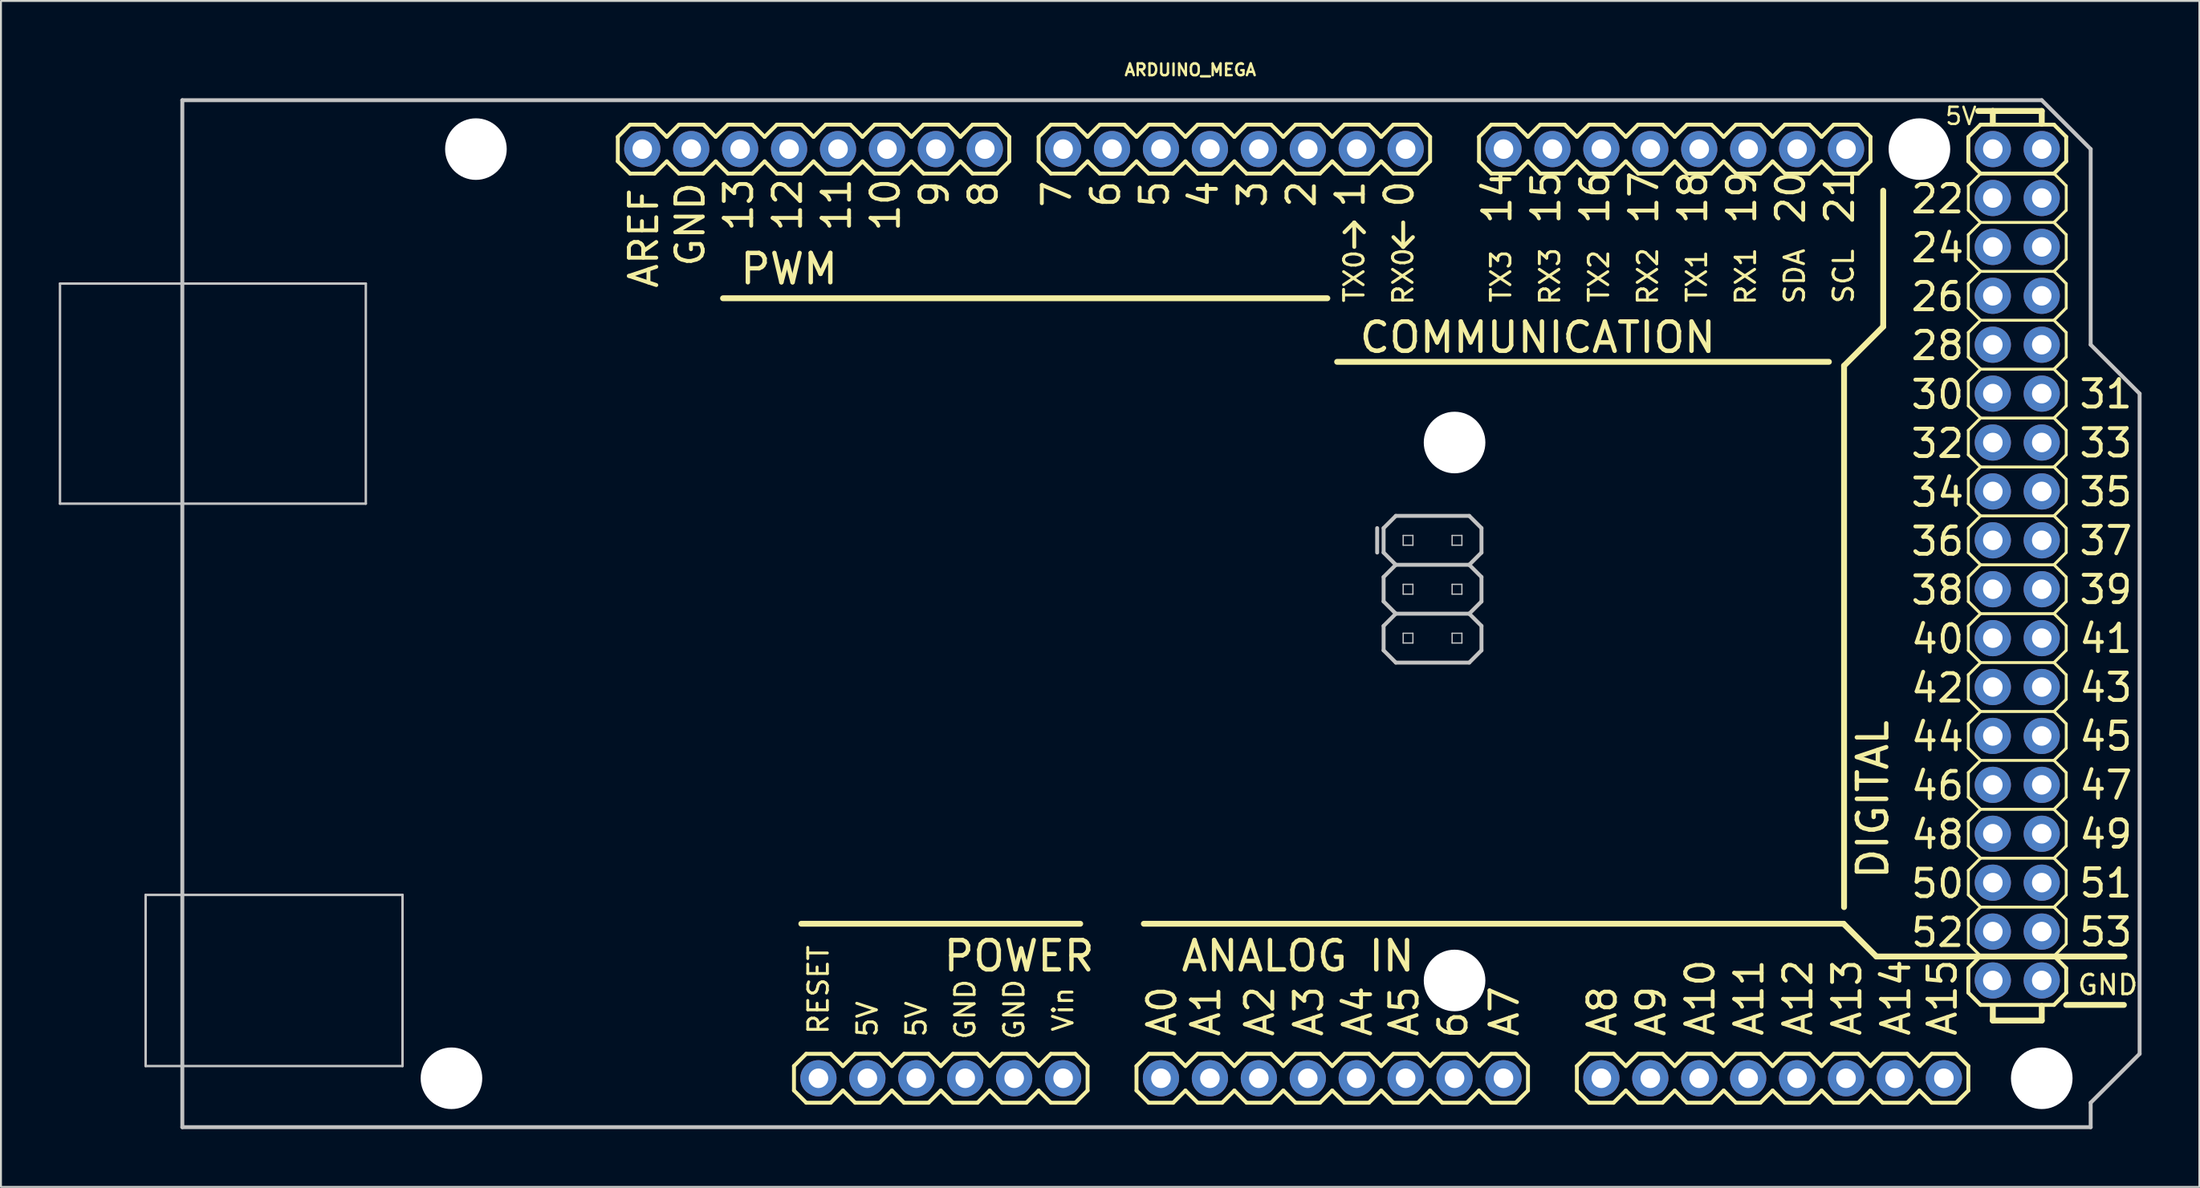
<source format=kicad_pcb>
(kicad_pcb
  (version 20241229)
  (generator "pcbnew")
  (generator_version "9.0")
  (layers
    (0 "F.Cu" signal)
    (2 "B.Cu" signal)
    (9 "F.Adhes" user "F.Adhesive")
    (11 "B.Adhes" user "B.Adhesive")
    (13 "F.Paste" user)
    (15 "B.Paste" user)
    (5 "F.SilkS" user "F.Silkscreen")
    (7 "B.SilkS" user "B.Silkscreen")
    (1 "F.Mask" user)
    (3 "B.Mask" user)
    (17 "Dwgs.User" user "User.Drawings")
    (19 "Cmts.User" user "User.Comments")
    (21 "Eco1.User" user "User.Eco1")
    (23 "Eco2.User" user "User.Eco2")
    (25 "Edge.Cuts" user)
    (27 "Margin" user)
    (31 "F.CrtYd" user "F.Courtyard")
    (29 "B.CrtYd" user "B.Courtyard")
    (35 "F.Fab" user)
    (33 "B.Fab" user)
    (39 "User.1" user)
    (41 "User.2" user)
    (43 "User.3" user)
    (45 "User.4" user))
  (footprint "ARDUINO_MEGA"
    (layer "F.Cu")
    (at 55.944 28.824)
    (property "Reference" "ARDUINO_MEGA" (at 2.794 -28.245 0) (layer "F.SilkS") (effects (font (size 0.61 0.61) (thickness 0.127))))
    (attr exclude_from_pos_files exclude_from_bom)
    (fp_line (start -26.924 -24.765) (end -26.924 -23.495) (stroke (width 0.203) (type solid)) (layer "F.SilkS"))
    (fp_line (start -26.924 -23.495) (end -26.289 -22.86) (stroke (width 0.203) (type solid)) (layer "F.SilkS"))
    (fp_line (start -26.289 -25.4) (end -26.924 -24.765) (stroke (width 0.203) (type solid)) (layer "F.SilkS"))
    (fp_line (start -26.289 -25.4) (end -25.019 -25.4) (stroke (width 0.203) (type solid)) (layer "F.SilkS"))
    (fp_line (start -25.019 -25.4) (end -24.384 -24.765) (stroke (width 0.203) (type solid)) (layer "F.SilkS"))
    (fp_line (start -25.019 -22.86) (end -26.289 -22.86) (stroke (width 0.203) (type solid)) (layer "F.SilkS"))
    (fp_line (start -24.384 -24.765) (end -23.749 -25.4) (stroke (width 0.203) (type solid)) (layer "F.SilkS"))
    (fp_line (start -24.384 -23.495) (end -25.019 -22.86) (stroke (width 0.203) (type solid)) (layer "F.SilkS"))
    (fp_line (start -23.749 -25.4) (end -22.479 -25.4) (stroke (width 0.203) (type solid)) (layer "F.SilkS"))
    (fp_line (start -23.749 -22.86) (end -24.384 -23.495) (stroke (width 0.203) (type solid)) (layer "F.SilkS"))
    (fp_line (start -22.479 -25.4) (end -21.844 -24.765) (stroke (width 0.203) (type solid)) (layer "F.SilkS"))
    (fp_line (start -22.479 -22.86) (end -23.749 -22.86) (stroke (width 0.203) (type solid)) (layer "F.SilkS"))
    (fp_line (start -21.844 -24.765) (end -21.209 -25.4) (stroke (width 0.203) (type solid)) (layer "F.SilkS"))
    (fp_line (start -21.844 -23.495) (end -22.479 -22.86) (stroke (width 0.203) (type solid)) (layer "F.SilkS"))
    (fp_line (start -21.209 -25.4) (end -19.939 -25.4) (stroke (width 0.203) (type solid)) (layer "F.SilkS"))
    (fp_line (start -21.209 -22.86) (end -21.844 -23.495) (stroke (width 0.203) (type solid)) (layer "F.SilkS"))
    (fp_line (start -19.939 -25.4) (end -19.304 -24.765) (stroke (width 0.203) (type solid)) (layer "F.SilkS"))
    (fp_line (start -19.939 -22.86) (end -21.209 -22.86) (stroke (width 0.203) (type solid)) (layer "F.SilkS"))
    (fp_line (start -19.304 -23.495) (end -19.939 -22.86) (stroke (width 0.203) (type solid)) (layer "F.SilkS"))
    (fp_line (start -19.304 -23.495) (end -18.669 -22.86) (stroke (width 0.203) (type solid)) (layer "F.SilkS"))
    (fp_line (start -18.669 -25.4) (end -19.304 -24.765) (stroke (width 0.203) (type solid)) (layer "F.SilkS"))
    (fp_line (start -18.669 -25.4) (end -17.399 -25.4) (stroke (width 0.203) (type solid)) (layer "F.SilkS"))
    (fp_line (start -17.78 23.495) (end -17.78 24.765) (stroke (width 0.203) (type solid)) (layer "F.SilkS"))
    (fp_line (start -17.78 24.765) (end -17.145 25.4) (stroke (width 0.203) (type solid)) (layer "F.SilkS"))
    (fp_line (start -17.399 -25.4) (end -16.764 -24.765) (stroke (width 0.203) (type solid)) (layer "F.SilkS"))
    (fp_line (start -17.399 -22.86) (end -18.669 -22.86) (stroke (width 0.203) (type solid)) (layer "F.SilkS"))
    (fp_line (start -17.145 22.86) (end -17.78 23.495) (stroke (width 0.203) (type solid)) (layer "F.SilkS"))
    (fp_line (start -17.145 22.86) (end -15.875 22.86) (stroke (width 0.203) (type solid)) (layer "F.SilkS"))
    (fp_line (start -16.764 -24.765) (end -16.129 -25.4) (stroke (width 0.203) (type solid)) (layer "F.SilkS"))
    (fp_line (start -16.764 -23.495) (end -17.399 -22.86) (stroke (width 0.203) (type solid)) (layer "F.SilkS"))
    (fp_line (start -16.129 -25.4) (end -14.859 -25.4) (stroke (width 0.203) (type solid)) (layer "F.SilkS"))
    (fp_line (start -16.129 -22.86) (end -16.764 -23.495) (stroke (width 0.203) (type solid)) (layer "F.SilkS"))
    (fp_line (start -15.875 22.86) (end -15.24 23.495) (stroke (width 0.203) (type solid)) (layer "F.SilkS"))
    (fp_line (start -15.875 25.4) (end -17.145 25.4) (stroke (width 0.203) (type solid)) (layer "F.SilkS"))
    (fp_line (start -15.24 23.495) (end -14.605 22.86) (stroke (width 0.203) (type solid)) (layer "F.SilkS"))
    (fp_line (start -15.24 24.765) (end -15.875 25.4) (stroke (width 0.203) (type solid)) (layer "F.SilkS"))
    (fp_line (start -14.859 -25.4) (end -14.224 -24.765) (stroke (width 0.203) (type solid)) (layer "F.SilkS"))
    (fp_line (start -14.859 -22.86) (end -16.129 -22.86) (stroke (width 0.203) (type solid)) (layer "F.SilkS"))
    (fp_line (start -14.605 22.86) (end -13.335 22.86) (stroke (width 0.203) (type solid)) (layer "F.SilkS"))
    (fp_line (start -14.605 25.4) (end -15.24 24.765) (stroke (width 0.203) (type solid)) (layer "F.SilkS"))
    (fp_line (start -14.224 -24.765) (end -13.589 -25.4) (stroke (width 0.203) (type solid)) (layer "F.SilkS"))
    (fp_line (start -14.224 -23.495) (end -14.859 -22.86) (stroke (width 0.203) (type solid)) (layer "F.SilkS"))
    (fp_line (start -13.589 -25.4) (end -12.319 -25.4) (stroke (width 0.203) (type solid)) (layer "F.SilkS"))
    (fp_line (start -13.589 -22.86) (end -14.224 -23.495) (stroke (width 0.203) (type solid)) (layer "F.SilkS"))
    (fp_line (start -13.335 22.86) (end -12.7 23.495) (stroke (width 0.203) (type solid)) (layer "F.SilkS"))
    (fp_line (start -13.335 25.4) (end -14.605 25.4) (stroke (width 0.203) (type solid)) (layer "F.SilkS"))
    (fp_line (start -12.7 23.495) (end -12.065 22.86) (stroke (width 0.203) (type solid)) (layer "F.SilkS"))
    (fp_line (start -12.7 24.765) (end -13.335 25.4) (stroke (width 0.203) (type solid)) (layer "F.SilkS"))
    (fp_line (start -12.319 -25.4) (end -11.684 -24.765) (stroke (width 0.203) (type solid)) (layer "F.SilkS"))
    (fp_line (start -12.319 -22.86) (end -13.589 -22.86) (stroke (width 0.203) (type solid)) (layer "F.SilkS"))
    (fp_line (start -12.065 22.86) (end -10.795 22.86) (stroke (width 0.203) (type solid)) (layer "F.SilkS"))
    (fp_line (start -12.065 25.4) (end -12.7 24.765) (stroke (width 0.203) (type solid)) (layer "F.SilkS"))
    (fp_line (start -11.684 -23.495) (end -12.319 -22.86) (stroke (width 0.203) (type solid)) (layer "F.SilkS"))
    (fp_line (start -11.684 -23.495) (end -11.049 -22.86) (stroke (width 0.203) (type solid)) (layer "F.SilkS"))
    (fp_line (start -11.049 -25.4) (end -11.684 -24.765) (stroke (width 0.203) (type solid)) (layer "F.SilkS"))
    (fp_line (start -11.049 -25.4) (end -9.779 -25.4) (stroke (width 0.203) (type solid)) (layer "F.SilkS"))
    (fp_line (start -10.795 22.86) (end -10.16 23.495) (stroke (width 0.203) (type solid)) (layer "F.SilkS"))
    (fp_line (start -10.795 25.4) (end -12.065 25.4) (stroke (width 0.203) (type solid)) (layer "F.SilkS"))
    (fp_line (start -10.16 24.765) (end -10.795 25.4) (stroke (width 0.203) (type solid)) (layer "F.SilkS"))
    (fp_line (start -10.16 24.765) (end -9.525 25.4) (stroke (width 0.203) (type solid)) (layer "F.SilkS"))
    (fp_line (start -9.779 -25.4) (end -9.144 -24.765) (stroke (width 0.203) (type solid)) (layer "F.SilkS"))
    (fp_line (start -9.779 -22.86) (end -11.049 -22.86) (stroke (width 0.203) (type solid)) (layer "F.SilkS"))
    (fp_line (start -9.525 22.86) (end -10.16 23.495) (stroke (width 0.203) (type solid)) (layer "F.SilkS"))
    (fp_line (start -9.525 22.86) (end -8.255 22.86) (stroke (width 0.203) (type solid)) (layer "F.SilkS"))
    (fp_line (start -9.144 -23.495) (end -9.779 -22.86) (stroke (width 0.203) (type solid)) (layer "F.SilkS"))
    (fp_line (start -9.144 -23.495) (end -8.509 -22.86) (stroke (width 0.203) (type solid)) (layer "F.SilkS"))
    (fp_line (start -8.509 -25.4) (end -9.144 -24.765) (stroke (width 0.203) (type solid)) (layer "F.SilkS"))
    (fp_line (start -8.509 -25.4) (end -7.236 -25.4) (stroke (width 0.203) (type solid)) (layer "F.SilkS"))
    (fp_line (start -8.255 22.86) (end -7.62 23.495) (stroke (width 0.203) (type solid)) (layer "F.SilkS"))
    (fp_line (start -8.255 25.4) (end -9.525 25.4) (stroke (width 0.203) (type solid)) (layer "F.SilkS"))
    (fp_line (start -7.62 23.495) (end -6.985 22.86) (stroke (width 0.203) (type solid)) (layer "F.SilkS"))
    (fp_line (start -7.62 24.765) (end -8.255 25.4) (stroke (width 0.203) (type solid)) (layer "F.SilkS"))
    (fp_line (start -7.236 -25.4) (end -6.604 -24.765) (stroke (width 0.203) (type solid)) (layer "F.SilkS"))
    (fp_line (start -7.236 -22.86) (end -8.509 -22.86) (stroke (width 0.203) (type solid)) (layer "F.SilkS"))
    (fp_line (start -6.985 22.86) (end -5.715 22.86) (stroke (width 0.203) (type solid)) (layer "F.SilkS"))
    (fp_line (start -6.985 25.4) (end -7.62 24.765) (stroke (width 0.203) (type solid)) (layer "F.SilkS"))
    (fp_line (start -6.604 -24.765) (end -6.604 -23.495) (stroke (width 0.203) (type solid)) (layer "F.SilkS"))
    (fp_line (start -6.604 -23.495) (end -7.236 -22.86) (stroke (width 0.203) (type solid)) (layer "F.SilkS"))
    (fp_line (start -5.715 22.86) (end -5.08 23.495) (stroke (width 0.203) (type solid)) (layer "F.SilkS"))
    (fp_line (start -5.715 25.4) (end -6.985 25.4) (stroke (width 0.203) (type solid)) (layer "F.SilkS"))
    (fp_line (start -5.08 -24.765) (end -5.08 -23.495) (stroke (width 0.203) (type solid)) (layer "F.SilkS"))
    (fp_line (start -5.08 -23.495) (end -4.445 -22.86) (stroke (width 0.203) (type solid)) (layer "F.SilkS"))
    (fp_line (start -5.08 23.495) (end -4.445 22.86) (stroke (width 0.203) (type solid)) (layer "F.SilkS"))
    (fp_line (start -5.08 24.765) (end -5.715 25.4) (stroke (width 0.203) (type solid)) (layer "F.SilkS"))
    (fp_line (start -4.445 -25.4) (end -5.08 -24.765) (stroke (width 0.203) (type solid)) (layer "F.SilkS"))
    (fp_line (start -4.445 -25.4) (end -3.175 -25.4) (stroke (width 0.203) (type solid)) (layer "F.SilkS"))
    (fp_line (start -4.445 22.86) (end -3.175 22.86) (stroke (width 0.203) (type solid)) (layer "F.SilkS"))
    (fp_line (start -4.445 25.4) (end -5.08 24.765) (stroke (width 0.203) (type solid)) (layer "F.SilkS"))
    (fp_line (start -3.175 -25.4) (end -2.54 -24.765) (stroke (width 0.203) (type solid)) (layer "F.SilkS"))
    (fp_line (start -3.175 -22.86) (end -4.445 -22.86) (stroke (width 0.203) (type solid)) (layer "F.SilkS"))
    (fp_line (start -3.175 22.86) (end -2.54 23.495) (stroke (width 0.203) (type solid)) (layer "F.SilkS"))
    (fp_line (start -3.175 25.4) (end -4.445 25.4) (stroke (width 0.203) (type solid)) (layer "F.SilkS"))
    (fp_line (start -2.921 16.104) (end -17.399 16.104) (stroke (width 0.305) (type solid)) (layer "F.SilkS"))
    (fp_line (start -2.54 -24.765) (end -1.905 -25.4) (stroke (width 0.203) (type solid)) (layer "F.SilkS"))
    (fp_line (start -2.54 -23.495) (end -3.175 -22.86) (stroke (width 0.203) (type solid)) (layer "F.SilkS"))
    (fp_line (start -2.54 23.495) (end -2.54 24.765) (stroke (width 0.203) (type solid)) (layer "F.SilkS"))
    (fp_line (start -2.54 24.765) (end -3.175 25.4) (stroke (width 0.203) (type solid)) (layer "F.SilkS"))
    (fp_line (start -1.905 -25.4) (end -0.635 -25.4) (stroke (width 0.203) (type solid)) (layer "F.SilkS"))
    (fp_line (start -1.905 -22.86) (end -2.54 -23.495) (stroke (width 0.203) (type solid)) (layer "F.SilkS"))
    (fp_line (start -0.635 -25.4) (end 0 -24.765) (stroke (width 0.203) (type solid)) (layer "F.SilkS"))
    (fp_line (start -0.635 -22.86) (end -1.905 -22.86) (stroke (width 0.203) (type solid)) (layer "F.SilkS"))
    (fp_line (start 0 -24.765) (end 0.635 -25.4) (stroke (width 0.203) (type solid)) (layer "F.SilkS"))
    (fp_line (start 0 -23.495) (end -0.635 -22.86) (stroke (width 0.203) (type solid)) (layer "F.SilkS"))
    (fp_line (start 0 23.495) (end 0 24.765) (stroke (width 0.203) (type solid)) (layer "F.SilkS"))
    (fp_line (start 0 24.765) (end 0.635 25.4) (stroke (width 0.203) (type solid)) (layer "F.SilkS"))
    (fp_line (start 0.635 -25.4) (end 1.905 -25.4) (stroke (width 0.203) (type solid)) (layer "F.SilkS"))
    (fp_line (start 0.635 -22.86) (end 0 -23.495) (stroke (width 0.203) (type solid)) (layer "F.SilkS"))
    (fp_line (start 0.635 22.86) (end 0 23.495) (stroke (width 0.203) (type solid)) (layer "F.SilkS"))
    (fp_line (start 0.635 22.86) (end 1.905 22.86) (stroke (width 0.203) (type solid)) (layer "F.SilkS"))
    (fp_line (start 1.905 -25.4) (end 2.54 -24.765) (stroke (width 0.203) (type solid)) (layer "F.SilkS"))
    (fp_line (start 1.905 -22.86) (end 0.635 -22.86) (stroke (width 0.203) (type solid)) (layer "F.SilkS"))
    (fp_line (start 1.905 22.86) (end 2.54 23.495) (stroke (width 0.203) (type solid)) (layer "F.SilkS"))
    (fp_line (start 1.905 25.4) (end 0.635 25.4) (stroke (width 0.203) (type solid)) (layer "F.SilkS"))
    (fp_line (start 2.54 -23.495) (end 1.905 -22.86) (stroke (width 0.203) (type solid)) (layer "F.SilkS"))
    (fp_line (start 2.54 -23.495) (end 3.175 -22.86) (stroke (width 0.203) (type solid)) (layer "F.SilkS"))
    (fp_line (start 2.54 23.495) (end 3.175 22.86) (stroke (width 0.203) (type solid)) (layer "F.SilkS"))
    (fp_line (start 2.54 24.765) (end 1.905 25.4) (stroke (width 0.203) (type solid)) (layer "F.SilkS"))
    (fp_line (start 3.175 -25.4) (end 2.54 -24.765) (stroke (width 0.203) (type solid)) (layer "F.SilkS"))
    (fp_line (start 3.175 -25.4) (end 4.445 -25.4) (stroke (width 0.203) (type solid)) (layer "F.SilkS"))
    (fp_line (start 3.175 22.86) (end 4.445 22.86) (stroke (width 0.203) (type solid)) (layer "F.SilkS"))
    (fp_line (start 3.175 25.4) (end 2.54 24.765) (stroke (width 0.203) (type solid)) (layer "F.SilkS"))
    (fp_line (start 4.445 -25.4) (end 5.08 -24.765) (stroke (width 0.203) (type solid)) (layer "F.SilkS"))
    (fp_line (start 4.445 -22.86) (end 3.175 -22.86) (stroke (width 0.203) (type solid)) (layer "F.SilkS"))
    (fp_line (start 4.445 22.86) (end 5.08 23.495) (stroke (width 0.203) (type solid)) (layer "F.SilkS"))
    (fp_line (start 4.445 25.4) (end 3.175 25.4) (stroke (width 0.203) (type solid)) (layer "F.SilkS"))
    (fp_line (start 5.08 -24.765) (end 5.715 -25.4) (stroke (width 0.203) (type solid)) (layer "F.SilkS"))
    (fp_line (start 5.08 -23.495) (end 4.445 -22.86) (stroke (width 0.203) (type solid)) (layer "F.SilkS"))
    (fp_line (start 5.08 23.495) (end 5.715 22.86) (stroke (width 0.203) (type solid)) (layer "F.SilkS"))
    (fp_line (start 5.08 24.765) (end 4.445 25.4) (stroke (width 0.203) (type solid)) (layer "F.SilkS"))
    (fp_line (start 5.715 -25.4) (end 6.985 -25.4) (stroke (width 0.203) (type solid)) (layer "F.SilkS"))
    (fp_line (start 5.715 -22.86) (end 5.08 -23.495) (stroke (width 0.203) (type solid)) (layer "F.SilkS"))
    (fp_line (start 5.715 22.86) (end 6.985 22.86) (stroke (width 0.203) (type solid)) (layer "F.SilkS"))
    (fp_line (start 5.715 25.4) (end 5.08 24.765) (stroke (width 0.203) (type solid)) (layer "F.SilkS"))
    (fp_line (start 6.985 -25.4) (end 7.62 -24.765) (stroke (width 0.203) (type solid)) (layer "F.SilkS"))
    (fp_line (start 6.985 -22.86) (end 5.715 -22.86) (stroke (width 0.203) (type solid)) (layer "F.SilkS"))
    (fp_line (start 6.985 22.86) (end 7.62 23.495) (stroke (width 0.203) (type solid)) (layer "F.SilkS"))
    (fp_line (start 6.985 25.4) (end 5.715 25.4) (stroke (width 0.203) (type solid)) (layer "F.SilkS"))
    (fp_line (start 7.62 -24.765) (end 8.255 -25.4) (stroke (width 0.203) (type solid)) (layer "F.SilkS"))
    (fp_line (start 7.62 -23.495) (end 6.985 -22.86) (stroke (width 0.203) (type solid)) (layer "F.SilkS"))
    (fp_line (start 7.62 24.765) (end 6.985 25.4) (stroke (width 0.203) (type solid)) (layer "F.SilkS"))
    (fp_line (start 7.62 24.765) (end 8.255 25.4) (stroke (width 0.203) (type solid)) (layer "F.SilkS"))
    (fp_line (start 8.255 -25.4) (end 9.525 -25.4) (stroke (width 0.203) (type solid)) (layer "F.SilkS"))
    (fp_line (start 8.255 -22.86) (end 7.62 -23.495) (stroke (width 0.203) (type solid)) (layer "F.SilkS"))
    (fp_line (start 8.255 22.86) (end 7.62 23.495) (stroke (width 0.203) (type solid)) (layer "F.SilkS"))
    (fp_line (start 8.255 22.86) (end 9.525 22.86) (stroke (width 0.203) (type solid)) (layer "F.SilkS"))
    (fp_line (start 9.525 -25.4) (end 10.16 -24.765) (stroke (width 0.203) (type solid)) (layer "F.SilkS"))
    (fp_line (start 9.525 -22.86) (end 8.255 -22.86) (stroke (width 0.203) (type solid)) (layer "F.SilkS"))
    (fp_line (start 9.525 22.86) (end 10.16 23.495) (stroke (width 0.203) (type solid)) (layer "F.SilkS"))
    (fp_line (start 9.525 25.4) (end 8.255 25.4) (stroke (width 0.203) (type solid)) (layer "F.SilkS"))
    (fp_line (start 9.906 -16.383) (end -21.463 -16.383) (stroke (width 0.305) (type solid)) (layer "F.SilkS"))
    (fp_line (start 10.16 -23.495) (end 9.525 -22.86) (stroke (width 0.203) (type solid)) (layer "F.SilkS"))
    (fp_line (start 10.16 -23.495) (end 10.795 -22.86) (stroke (width 0.203) (type solid)) (layer "F.SilkS"))
    (fp_line (start 10.16 23.495) (end 10.795 22.86) (stroke (width 0.203) (type solid)) (layer "F.SilkS"))
    (fp_line (start 10.16 24.765) (end 9.525 25.4) (stroke (width 0.203) (type solid)) (layer "F.SilkS"))
    (fp_line (start 10.414 -13.081) (end 35.941 -13.081) (stroke (width 0.305) (type solid)) (layer "F.SilkS"))
    (fp_line (start 10.795 -25.4) (end 10.16 -24.765) (stroke (width 0.203) (type solid)) (layer "F.SilkS"))
    (fp_line (start 10.795 -25.4) (end 12.065 -25.4) (stroke (width 0.203) (type solid)) (layer "F.SilkS"))
    (fp_line (start 10.795 -19.812) (end 11.303 -20.32) (stroke (width 0.203) (type solid)) (layer "F.SilkS"))
    (fp_line (start 10.795 22.86) (end 12.065 22.86) (stroke (width 0.203) (type solid)) (layer "F.SilkS"))
    (fp_line (start 10.795 25.4) (end 10.16 24.765) (stroke (width 0.203) (type solid)) (layer "F.SilkS"))
    (fp_line (start 11.303 -20.32) (end 11.811 -19.812) (stroke (width 0.203) (type solid)) (layer "F.SilkS"))
    (fp_line (start 11.303 -19.05) (end 11.303 -20.32) (stroke (width 0.203) (type solid)) (layer "F.SilkS"))
    (fp_line (start 12.065 -25.4) (end 12.7 -24.765) (stroke (width 0.203) (type solid)) (layer "F.SilkS"))
    (fp_line (start 12.065 -22.86) (end 10.795 -22.86) (stroke (width 0.203) (type solid)) (layer "F.SilkS"))
    (fp_line (start 12.065 22.86) (end 12.7 23.495) (stroke (width 0.203) (type solid)) (layer "F.SilkS"))
    (fp_line (start 12.065 25.4) (end 10.795 25.4) (stroke (width 0.203) (type solid)) (layer "F.SilkS"))
    (fp_line (start 12.7 -23.495) (end 12.065 -22.86) (stroke (width 0.203) (type solid)) (layer "F.SilkS"))
    (fp_line (start 12.7 -23.495) (end 13.335 -22.86) (stroke (width 0.203) (type solid)) (layer "F.SilkS"))
    (fp_line (start 12.7 23.495) (end 13.335 22.86) (stroke (width 0.203) (type solid)) (layer "F.SilkS"))
    (fp_line (start 12.7 24.765) (end 12.065 25.4) (stroke (width 0.203) (type solid)) (layer "F.SilkS"))
    (fp_line (start 13.335 -25.4) (end 12.7 -24.765) (stroke (width 0.203) (type solid)) (layer "F.SilkS"))
    (fp_line (start 13.335 -25.4) (end 14.605 -25.4) (stroke (width 0.203) (type solid)) (layer "F.SilkS"))
    (fp_line (start 13.335 22.86) (end 14.605 22.86) (stroke (width 0.203) (type solid)) (layer "F.SilkS"))
    (fp_line (start 13.335 25.4) (end 12.7 24.765) (stroke (width 0.203) (type solid)) (layer "F.SilkS"))
    (fp_line (start 13.843 -20.32) (end 13.843 -19.05) (stroke (width 0.203) (type solid)) (layer "F.SilkS"))
    (fp_line (start 13.843 -19.05) (end 13.335 -19.558) (stroke (width 0.203) (type solid)) (layer "F.SilkS"))
    (fp_line (start 14.348 -19.558) (end 13.843 -19.05) (stroke (width 0.203) (type solid)) (layer "F.SilkS"))
    (fp_line (start 14.605 -25.4) (end 15.24 -24.765) (stroke (width 0.203) (type solid)) (layer "F.SilkS"))
    (fp_line (start 14.605 -22.86) (end 13.335 -22.86) (stroke (width 0.203) (type solid)) (layer "F.SilkS"))
    (fp_line (start 14.605 22.86) (end 15.24 23.495) (stroke (width 0.203) (type solid)) (layer "F.SilkS"))
    (fp_line (start 14.605 25.4) (end 13.335 25.4) (stroke (width 0.203) (type solid)) (layer "F.SilkS"))
    (fp_line (start 15.24 -24.765) (end 15.24 -23.495) (stroke (width 0.203) (type solid)) (layer "F.SilkS"))
    (fp_line (start 15.24 -23.495) (end 14.605 -22.86) (stroke (width 0.203) (type solid)) (layer "F.SilkS"))
    (fp_line (start 15.24 24.765) (end 14.605 25.4) (stroke (width 0.203) (type solid)) (layer "F.SilkS"))
    (fp_line (start 15.24 24.765) (end 15.875 25.4) (stroke (width 0.203) (type solid)) (layer "F.SilkS"))
    (fp_line (start 15.875 22.86) (end 15.24 23.495) (stroke (width 0.203) (type solid)) (layer "F.SilkS"))
    (fp_line (start 15.875 22.86) (end 17.145 22.86) (stroke (width 0.203) (type solid)) (layer "F.SilkS"))
    (fp_line (start 17.145 22.86) (end 17.78 23.495) (stroke (width 0.203) (type solid)) (layer "F.SilkS"))
    (fp_line (start 17.145 25.4) (end 15.875 25.4) (stroke (width 0.203) (type solid)) (layer "F.SilkS"))
    (fp_line (start 17.78 -24.765) (end 17.78 -23.495) (stroke (width 0.203) (type solid)) (layer "F.SilkS"))
    (fp_line (start 17.78 -23.495) (end 18.415 -22.86) (stroke (width 0.203) (type solid)) (layer "F.SilkS"))
    (fp_line (start 17.78 24.765) (end 17.145 25.4) (stroke (width 0.203) (type solid)) (layer "F.SilkS"))
    (fp_line (start 17.78 24.765) (end 18.415 25.4) (stroke (width 0.203) (type solid)) (layer "F.SilkS"))
    (fp_line (start 18.415 -25.4) (end 17.78 -24.765) (stroke (width 0.203) (type solid)) (layer "F.SilkS"))
    (fp_line (start 18.415 -25.4) (end 19.685 -25.4) (stroke (width 0.203) (type solid)) (layer "F.SilkS"))
    (fp_line (start 18.415 22.86) (end 17.78 23.495) (stroke (width 0.203) (type solid)) (layer "F.SilkS"))
    (fp_line (start 18.415 22.86) (end 19.685 22.86) (stroke (width 0.203) (type solid)) (layer "F.SilkS"))
    (fp_line (start 19.685 -25.4) (end 20.32 -24.765) (stroke (width 0.203) (type solid)) (layer "F.SilkS"))
    (fp_line (start 19.685 -22.86) (end 18.415 -22.86) (stroke (width 0.203) (type solid)) (layer "F.SilkS"))
    (fp_line (start 19.685 22.86) (end 20.32 23.495) (stroke (width 0.203) (type solid)) (layer "F.SilkS"))
    (fp_line (start 19.685 25.4) (end 18.415 25.4) (stroke (width 0.203) (type solid)) (layer "F.SilkS"))
    (fp_line (start 20.32 -24.765) (end 20.955 -25.4) (stroke (width 0.203) (type solid)) (layer "F.SilkS"))
    (fp_line (start 20.32 -23.495) (end 19.685 -22.86) (stroke (width 0.203) (type solid)) (layer "F.SilkS"))
    (fp_line (start 20.32 23.495) (end 20.32 24.765) (stroke (width 0.203) (type solid)) (layer "F.SilkS"))
    (fp_line (start 20.32 24.765) (end 19.685 25.4) (stroke (width 0.203) (type solid)) (layer "F.SilkS"))
    (fp_line (start 20.955 -25.4) (end 22.225 -25.4) (stroke (width 0.203) (type solid)) (layer "F.SilkS"))
    (fp_line (start 20.955 -22.86) (end 20.32 -23.495) (stroke (width 0.203) (type solid)) (layer "F.SilkS"))
    (fp_line (start 22.225 -25.4) (end 22.86 -24.765) (stroke (width 0.203) (type solid)) (layer "F.SilkS"))
    (fp_line (start 22.225 -22.86) (end 20.955 -22.86) (stroke (width 0.203) (type solid)) (layer "F.SilkS"))
    (fp_line (start 22.86 -24.765) (end 23.495 -25.4) (stroke (width 0.203) (type solid)) (layer "F.SilkS"))
    (fp_line (start 22.86 -23.495) (end 22.225 -22.86) (stroke (width 0.203) (type solid)) (layer "F.SilkS"))
    (fp_line (start 22.86 23.495) (end 22.86 24.765) (stroke (width 0.203) (type solid)) (layer "F.SilkS"))
    (fp_line (start 22.86 24.765) (end 23.495 25.4) (stroke (width 0.203) (type solid)) (layer "F.SilkS"))
    (fp_line (start 23.495 -25.4) (end 24.765 -25.4) (stroke (width 0.203) (type solid)) (layer "F.SilkS"))
    (fp_line (start 23.495 -22.86) (end 22.86 -23.495) (stroke (width 0.203) (type solid)) (layer "F.SilkS"))
    (fp_line (start 23.495 22.86) (end 22.86 23.495) (stroke (width 0.203) (type solid)) (layer "F.SilkS"))
    (fp_line (start 23.495 22.86) (end 24.765 22.86) (stroke (width 0.203) (type solid)) (layer "F.SilkS"))
    (fp_line (start 24.765 -25.4) (end 25.4 -24.765) (stroke (width 0.203) (type solid)) (layer "F.SilkS"))
    (fp_line (start 24.765 -22.86) (end 23.495 -22.86) (stroke (width 0.203) (type solid)) (layer "F.SilkS"))
    (fp_line (start 24.765 22.86) (end 25.4 23.495) (stroke (width 0.203) (type solid)) (layer "F.SilkS"))
    (fp_line (start 24.765 25.4) (end 23.495 25.4) (stroke (width 0.203) (type solid)) (layer "F.SilkS"))
    (fp_line (start 25.4 -23.495) (end 24.765 -22.86) (stroke (width 0.203) (type solid)) (layer "F.SilkS"))
    (fp_line (start 25.4 -23.495) (end 26.035 -22.86) (stroke (width 0.203) (type solid)) (layer "F.SilkS"))
    (fp_line (start 25.4 23.495) (end 26.035 22.86) (stroke (width 0.203) (type solid)) (layer "F.SilkS"))
    (fp_line (start 25.4 24.765) (end 24.765 25.4) (stroke (width 0.203) (type solid)) (layer "F.SilkS"))
    (fp_line (start 26.035 -25.4) (end 25.4 -24.765) (stroke (width 0.203) (type solid)) (layer "F.SilkS"))
    (fp_line (start 26.035 -25.4) (end 27.305 -25.4) (stroke (width 0.203) (type solid)) (layer "F.SilkS"))
    (fp_line (start 26.035 22.86) (end 27.305 22.86) (stroke (width 0.203) (type solid)) (layer "F.SilkS"))
    (fp_line (start 26.035 25.4) (end 25.4 24.765) (stroke (width 0.203) (type solid)) (layer "F.SilkS"))
    (fp_line (start 27.305 -25.4) (end 27.94 -24.765) (stroke (width 0.203) (type solid)) (layer "F.SilkS"))
    (fp_line (start 27.305 -22.86) (end 26.035 -22.86) (stroke (width 0.203) (type solid)) (layer "F.SilkS"))
    (fp_line (start 27.305 22.86) (end 27.94 23.495) (stroke (width 0.203) (type solid)) (layer "F.SilkS"))
    (fp_line (start 27.305 25.4) (end 26.035 25.4) (stroke (width 0.203) (type solid)) (layer "F.SilkS"))
    (fp_line (start 27.94 -24.765) (end 28.575 -25.4) (stroke (width 0.203) (type solid)) (layer "F.SilkS"))
    (fp_line (start 27.94 -23.495) (end 27.305 -22.86) (stroke (width 0.203) (type solid)) (layer "F.SilkS"))
    (fp_line (start 27.94 23.495) (end 28.575 22.86) (stroke (width 0.203) (type solid)) (layer "F.SilkS"))
    (fp_line (start 27.94 24.765) (end 27.305 25.4) (stroke (width 0.203) (type solid)) (layer "F.SilkS"))
    (fp_line (start 28.575 -25.4) (end 29.845 -25.4) (stroke (width 0.203) (type solid)) (layer "F.SilkS"))
    (fp_line (start 28.575 -22.86) (end 27.94 -23.495) (stroke (width 0.203) (type solid)) (layer "F.SilkS"))
    (fp_line (start 28.575 22.86) (end 29.845 22.86) (stroke (width 0.203) (type solid)) (layer "F.SilkS"))
    (fp_line (start 28.575 25.4) (end 27.94 24.765) (stroke (width 0.203) (type solid)) (layer "F.SilkS"))
    (fp_line (start 29.845 -25.4) (end 30.48 -24.765) (stroke (width 0.203) (type solid)) (layer "F.SilkS"))
    (fp_line (start 29.845 -22.86) (end 28.575 -22.86) (stroke (width 0.203) (type solid)) (layer "F.SilkS"))
    (fp_line (start 29.845 22.86) (end 30.48 23.495) (stroke (width 0.203) (type solid)) (layer "F.SilkS"))
    (fp_line (start 29.845 25.4) (end 28.575 25.4) (stroke (width 0.203) (type solid)) (layer "F.SilkS"))
    (fp_line (start 30.48 -24.765) (end 31.115 -25.4) (stroke (width 0.203) (type solid)) (layer "F.SilkS"))
    (fp_line (start 30.48 -23.495) (end 29.845 -22.86) (stroke (width 0.203) (type solid)) (layer "F.SilkS"))
    (fp_line (start 30.48 24.765) (end 29.845 25.4) (stroke (width 0.203) (type solid)) (layer "F.SilkS"))
    (fp_line (start 30.48 24.765) (end 31.115 25.4) (stroke (width 0.203) (type solid)) (layer "F.SilkS"))
    (fp_line (start 31.115 -25.4) (end 32.385 -25.4) (stroke (width 0.203) (type solid)) (layer "F.SilkS"))
    (fp_line (start 31.115 -22.86) (end 30.48 -23.495) (stroke (width 0.203) (type solid)) (layer "F.SilkS"))
    (fp_line (start 31.115 22.86) (end 30.48 23.495) (stroke (width 0.203) (type solid)) (layer "F.SilkS"))
    (fp_line (start 31.115 22.86) (end 32.385 22.86) (stroke (width 0.203) (type solid)) (layer "F.SilkS"))
    (fp_line (start 32.385 -25.4) (end 33.02 -24.765) (stroke (width 0.203) (type solid)) (layer "F.SilkS"))
    (fp_line (start 32.385 -22.86) (end 31.115 -22.86) (stroke (width 0.203) (type solid)) (layer "F.SilkS"))
    (fp_line (start 32.385 22.86) (end 33.02 23.495) (stroke (width 0.203) (type solid)) (layer "F.SilkS"))
    (fp_line (start 32.385 25.4) (end 31.115 25.4) (stroke (width 0.203) (type solid)) (layer "F.SilkS"))
    (fp_line (start 33.02 -23.495) (end 32.385 -22.86) (stroke (width 0.203) (type solid)) (layer "F.SilkS"))
    (fp_line (start 33.02 -23.495) (end 33.655 -22.86) (stroke (width 0.203) (type solid)) (layer "F.SilkS"))
    (fp_line (start 33.02 23.495) (end 33.655 22.86) (stroke (width 0.203) (type solid)) (layer "F.SilkS"))
    (fp_line (start 33.02 24.765) (end 32.385 25.4) (stroke (width 0.203) (type solid)) (layer "F.SilkS"))
    (fp_line (start 33.655 -25.4) (end 33.02 -24.765) (stroke (width 0.203) (type solid)) (layer "F.SilkS"))
    (fp_line (start 33.655 -25.4) (end 34.925 -25.4) (stroke (width 0.203) (type solid)) (layer "F.SilkS"))
    (fp_line (start 33.655 22.86) (end 34.925 22.86) (stroke (width 0.203) (type solid)) (layer "F.SilkS"))
    (fp_line (start 33.655 25.4) (end 33.02 24.765) (stroke (width 0.203) (type solid)) (layer "F.SilkS"))
    (fp_line (start 34.925 -25.4) (end 35.56 -24.765) (stroke (width 0.203) (type solid)) (layer "F.SilkS"))
    (fp_line (start 34.925 -22.86) (end 33.655 -22.86) (stroke (width 0.203) (type solid)) (layer "F.SilkS"))
    (fp_line (start 34.925 22.86) (end 35.56 23.495) (stroke (width 0.203) (type solid)) (layer "F.SilkS"))
    (fp_line (start 34.925 25.4) (end 33.655 25.4) (stroke (width 0.203) (type solid)) (layer "F.SilkS"))
    (fp_line (start 35.56 -23.495) (end 34.925 -22.86) (stroke (width 0.203) (type solid)) (layer "F.SilkS"))
    (fp_line (start 35.56 -23.495) (end 36.195 -22.86) (stroke (width 0.203) (type solid)) (layer "F.SilkS"))
    (fp_line (start 35.56 23.495) (end 36.195 22.86) (stroke (width 0.203) (type solid)) (layer "F.SilkS"))
    (fp_line (start 35.56 24.765) (end 34.925 25.4) (stroke (width 0.203) (type solid)) (layer "F.SilkS"))
    (fp_line (start 36.195 -25.4) (end 35.56 -24.765) (stroke (width 0.203) (type solid)) (layer "F.SilkS"))
    (fp_line (start 36.195 -25.4) (end 37.465 -25.4) (stroke (width 0.203) (type solid)) (layer "F.SilkS"))
    (fp_line (start 36.195 22.86) (end 37.465 22.86) (stroke (width 0.203) (type solid)) (layer "F.SilkS"))
    (fp_line (start 36.195 25.4) (end 35.56 24.765) (stroke (width 0.203) (type solid)) (layer "F.SilkS"))
    (fp_line (start 36.703 16.104) (end 0.381 16.104) (stroke (width 0.305) (type solid)) (layer "F.SilkS"))
    (fp_line (start 36.703 16.104) (end 38.405 17.805) (stroke (width 0.305) (type solid)) (layer "F.SilkS"))
    (fp_line (start 36.728 -12.878) (end 36.728 15.24) (stroke (width 0.305) (type solid)) (layer "F.SilkS"))
    (fp_line (start 36.728 -12.878) (end 38.76 -14.91) (stroke (width 0.305) (type solid)) (layer "F.SilkS"))
    (fp_line (start 37.465 -25.4) (end 38.1 -24.765) (stroke (width 0.203) (type solid)) (layer "F.SilkS"))
    (fp_line (start 37.465 -22.86) (end 36.195 -22.86) (stroke (width 0.203) (type solid)) (layer "F.SilkS"))
    (fp_line (start 37.465 22.86) (end 38.1 23.495) (stroke (width 0.203) (type solid)) (layer "F.SilkS"))
    (fp_line (start 37.465 25.4) (end 36.195 25.4) (stroke (width 0.203) (type solid)) (layer "F.SilkS"))
    (fp_line (start 38.1 -24.765) (end 38.1 -23.495) (stroke (width 0.203) (type solid)) (layer "F.SilkS"))
    (fp_line (start 38.1 -23.495) (end 37.465 -22.86) (stroke (width 0.203) (type solid)) (layer "F.SilkS"))
    (fp_line (start 38.1 24.765) (end 37.465 25.4) (stroke (width 0.203) (type solid)) (layer "F.SilkS"))
    (fp_line (start 38.1 24.765) (end 38.735 25.4) (stroke (width 0.203) (type solid)) (layer "F.SilkS"))
    (fp_line (start 38.405 17.805) (end 51.283 17.805) (stroke (width 0.305) (type solid)) (layer "F.SilkS"))
    (fp_line (start 38.735 22.86) (end 38.1 23.495) (stroke (width 0.203) (type solid)) (layer "F.SilkS"))
    (fp_line (start 38.735 22.86) (end 40.005 22.86) (stroke (width 0.203) (type solid)) (layer "F.SilkS"))
    (fp_line (start 38.76 -14.91) (end 38.76 -21.971) (stroke (width 0.305) (type solid)) (layer "F.SilkS"))
    (fp_line (start 40.005 22.86) (end 40.64 23.495) (stroke (width 0.203) (type solid)) (layer "F.SilkS"))
    (fp_line (start 40.005 25.4) (end 38.735 25.4) (stroke (width 0.203) (type solid)) (layer "F.SilkS"))
    (fp_line (start 40.64 24.765) (end 40.005 25.4) (stroke (width 0.203) (type solid)) (layer "F.SilkS"))
    (fp_line (start 40.64 24.765) (end 41.275 25.4) (stroke (width 0.203) (type solid)) (layer "F.SilkS"))
    (fp_line (start 41.275 22.86) (end 40.64 23.495) (stroke (width 0.203) (type solid)) (layer "F.SilkS"))
    (fp_line (start 41.275 22.86) (end 42.545 22.86) (stroke (width 0.203) (type solid)) (layer "F.SilkS"))
    (fp_line (start 42.545 22.86) (end 43.18 23.495) (stroke (width 0.203) (type solid)) (layer "F.SilkS"))
    (fp_line (start 42.545 25.4) (end 41.275 25.4) (stroke (width 0.203) (type solid)) (layer "F.SilkS"))
    (fp_line (start 43.18 -24.765) (end 43.18 -23.495) (stroke (width 0.203) (type solid)) (layer "F.SilkS"))
    (fp_line (start 43.18 -23.495) (end 43.815 -22.86) (stroke (width 0.203) (type solid)) (layer "F.SilkS"))
    (fp_line (start 43.18 -22.225) (end 43.815 -22.86) (stroke (width 0.152) (type solid)) (layer "F.SilkS"))
    (fp_line (start 43.18 -20.955) (end 43.18 -22.225) (stroke (width 0.152) (type solid)) (layer "F.SilkS"))
    (fp_line (start 43.18 -19.685) (end 43.815 -20.32) (stroke (width 0.152) (type solid)) (layer "F.SilkS"))
    (fp_line (start 43.18 -18.415) (end 43.18 -19.685) (stroke (width 0.152) (type solid)) (layer "F.SilkS"))
    (fp_line (start 43.18 -17.145) (end 43.815 -17.78) (stroke (width 0.152) (type solid)) (layer "F.SilkS"))
    (fp_line (start 43.18 -15.875) (end 43.18 -17.145) (stroke (width 0.152) (type solid)) (layer "F.SilkS"))
    (fp_line (start 43.18 -14.605) (end 43.815 -15.24) (stroke (width 0.152) (type solid)) (layer "F.SilkS"))
    (fp_line (start 43.18 -13.335) (end 43.18 -14.605) (stroke (width 0.152) (type solid)) (layer "F.SilkS"))
    (fp_line (start 43.18 -12.065) (end 43.815 -12.7) (stroke (width 0.152) (type solid)) (layer "F.SilkS"))
    (fp_line (start 43.18 -10.795) (end 43.18 -12.065) (stroke (width 0.152) (type solid)) (layer "F.SilkS"))
    (fp_line (start 43.18 -9.525) (end 43.815 -10.16) (stroke (width 0.152) (type solid)) (layer "F.SilkS"))
    (fp_line (start 43.18 -8.255) (end 43.18 -9.525) (stroke (width 0.152) (type solid)) (layer "F.SilkS"))
    (fp_line (start 43.18 -6.985) (end 43.815 -7.62) (stroke (width 0.152) (type solid)) (layer "F.SilkS"))
    (fp_line (start 43.18 -5.715) (end 43.18 -6.985) (stroke (width 0.152) (type solid)) (layer "F.SilkS"))
    (fp_line (start 43.18 -4.445) (end 43.815 -5.08) (stroke (width 0.152) (type solid)) (layer "F.SilkS"))
    (fp_line (start 43.18 -3.175) (end 43.18 -4.445) (stroke (width 0.152) (type solid)) (layer "F.SilkS"))
    (fp_line (start 43.18 -1.905) (end 43.815 -2.54) (stroke (width 0.152) (type solid)) (layer "F.SilkS"))
    (fp_line (start 43.18 -0.635) (end 43.18 -1.905) (stroke (width 0.152) (type solid)) (layer "F.SilkS"))
    (fp_line (start 43.18 0.635) (end 43.815 0) (stroke (width 0.152) (type solid)) (layer "F.SilkS"))
    (fp_line (start 43.18 1.905) (end 43.18 0.635) (stroke (width 0.152) (type solid)) (layer "F.SilkS"))
    (fp_line (start 43.18 3.175) (end 43.815 2.54) (stroke (width 0.152) (type solid)) (layer "F.SilkS"))
    (fp_line (start 43.18 4.445) (end 43.18 3.175) (stroke (width 0.152) (type solid)) (layer "F.SilkS"))
    (fp_line (start 43.18 5.715) (end 43.815 5.08) (stroke (width 0.152) (type solid)) (layer "F.SilkS"))
    (fp_line (start 43.18 6.985) (end 43.18 5.715) (stroke (width 0.152) (type solid)) (layer "F.SilkS"))
    (fp_line (start 43.18 8.255) (end 43.815 7.62) (stroke (width 0.152) (type solid)) (layer "F.SilkS"))
    (fp_line (start 43.18 9.525) (end 43.18 8.255) (stroke (width 0.152) (type solid)) (layer "F.SilkS"))
    (fp_line (start 43.18 10.795) (end 43.815 10.16) (stroke (width 0.152) (type solid)) (layer "F.SilkS"))
    (fp_line (start 43.18 12.065) (end 43.18 10.795) (stroke (width 0.152) (type solid)) (layer "F.SilkS"))
    (fp_line (start 43.18 13.335) (end 43.815 12.7) (stroke (width 0.152) (type solid)) (layer "F.SilkS"))
    (fp_line (start 43.18 14.605) (end 43.18 13.335) (stroke (width 0.152) (type solid)) (layer "F.SilkS"))
    (fp_line (start 43.18 15.875) (end 43.815 15.24) (stroke (width 0.152) (type solid)) (layer "F.SilkS"))
    (fp_line (start 43.18 17.145) (end 43.18 15.875) (stroke (width 0.152) (type solid)) (layer "F.SilkS"))
    (fp_line (start 43.18 18.415) (end 43.18 19.685) (stroke (width 0.203) (type solid)) (layer "F.SilkS"))
    (fp_line (start 43.18 19.685) (end 43.815 20.32) (stroke (width 0.203) (type solid)) (layer "F.SilkS"))
    (fp_line (start 43.18 23.495) (end 43.18 24.765) (stroke (width 0.203) (type solid)) (layer "F.SilkS"))
    (fp_line (start 43.18 24.765) (end 42.545 25.4) (stroke (width 0.203) (type solid)) (layer "F.SilkS"))
    (fp_line (start 43.688 -26.111) (end 44.45 -26.111) (stroke (width 0.305) (type solid)) (layer "F.SilkS"))
    (fp_line (start 43.815 -25.4) (end 43.18 -24.765) (stroke (width 0.203) (type solid)) (layer "F.SilkS"))
    (fp_line (start 43.815 -25.4) (end 47.625 -25.4) (stroke (width 0.203) (type solid)) (layer "F.SilkS"))
    (fp_line (start 43.815 -20.32) (end 43.18 -20.955) (stroke (width 0.152) (type solid)) (layer "F.SilkS"))
    (fp_line (start 43.815 -20.32) (end 47.625 -20.32) (stroke (width 0.152) (type solid)) (layer "F.SilkS"))
    (fp_line (start 43.815 -17.78) (end 43.18 -18.415) (stroke (width 0.152) (type solid)) (layer "F.SilkS"))
    (fp_line (start 43.815 -17.78) (end 47.625 -17.78) (stroke (width 0.152) (type solid)) (layer "F.SilkS"))
    (fp_line (start 43.815 -15.24) (end 43.18 -15.875) (stroke (width 0.152) (type solid)) (layer "F.SilkS"))
    (fp_line (start 43.815 -15.24) (end 47.625 -15.24) (stroke (width 0.152) (type solid)) (layer "F.SilkS"))
    (fp_line (start 43.815 -12.7) (end 43.18 -13.335) (stroke (width 0.152) (type solid)) (layer "F.SilkS"))
    (fp_line (start 43.815 -12.7) (end 47.625 -12.7) (stroke (width 0.152) (type solid)) (layer "F.SilkS"))
    (fp_line (start 43.815 -10.16) (end 43.18 -10.795) (stroke (width 0.152) (type solid)) (layer "F.SilkS"))
    (fp_line (start 43.815 -10.16) (end 47.625 -10.16) (stroke (width 0.152) (type solid)) (layer "F.SilkS"))
    (fp_line (start 43.815 -7.62) (end 43.18 -8.255) (stroke (width 0.152) (type solid)) (layer "F.SilkS"))
    (fp_line (start 43.815 -7.62) (end 47.625 -7.62) (stroke (width 0.152) (type solid)) (layer "F.SilkS"))
    (fp_line (start 43.815 -5.08) (end 43.18 -5.715) (stroke (width 0.152) (type solid)) (layer "F.SilkS"))
    (fp_line (start 43.815 -5.08) (end 47.625 -5.08) (stroke (width 0.152) (type solid)) (layer "F.SilkS"))
    (fp_line (start 43.815 -2.54) (end 43.18 -3.175) (stroke (width 0.152) (type solid)) (layer "F.SilkS"))
    (fp_line (start 43.815 -2.54) (end 47.625 -2.54) (stroke (width 0.152) (type solid)) (layer "F.SilkS"))
    (fp_line (start 43.815 0) (end 43.18 -0.635) (stroke (width 0.152) (type solid)) (layer "F.SilkS"))
    (fp_line (start 43.815 0) (end 47.625 0) (stroke (width 0.152) (type solid)) (layer "F.SilkS"))
    (fp_line (start 43.815 2.54) (end 43.18 1.905) (stroke (width 0.152) (type solid)) (layer "F.SilkS"))
    (fp_line (start 43.815 2.54) (end 47.625 2.54) (stroke (width 0.152) (type solid)) (layer "F.SilkS"))
    (fp_line (start 43.815 5.08) (end 43.18 4.445) (stroke (width 0.152) (type solid)) (layer "F.SilkS"))
    (fp_line (start 43.815 5.08) (end 47.625 5.08) (stroke (width 0.152) (type solid)) (layer "F.SilkS"))
    (fp_line (start 43.815 7.62) (end 43.18 6.985) (stroke (width 0.152) (type solid)) (layer "F.SilkS"))
    (fp_line (start 43.815 7.62) (end 47.625 7.62) (stroke (width 0.152) (type solid)) (layer "F.SilkS"))
    (fp_line (start 43.815 10.16) (end 43.18 9.525) (stroke (width 0.152) (type solid)) (layer "F.SilkS"))
    (fp_line (start 43.815 10.16) (end 47.625 10.16) (stroke (width 0.152) (type solid)) (layer "F.SilkS"))
    (fp_line (start 43.815 12.7) (end 43.18 12.065) (stroke (width 0.152) (type solid)) (layer "F.SilkS"))
    (fp_line (start 43.815 12.7) (end 47.625 12.7) (stroke (width 0.152) (type solid)) (layer "F.SilkS"))
    (fp_line (start 43.815 15.24) (end 43.18 14.605) (stroke (width 0.152) (type solid)) (layer "F.SilkS"))
    (fp_line (start 43.815 15.24) (end 47.625 15.24) (stroke (width 0.152) (type solid)) (layer "F.SilkS"))
    (fp_line (start 43.815 17.78) (end 43.18 17.145) (stroke (width 0.152) (type solid)) (layer "F.SilkS"))
    (fp_line (start 43.815 17.78) (end 43.18 18.415) (stroke (width 0.203) (type solid)) (layer "F.SilkS"))
    (fp_line (start 43.815 17.78) (end 47.625 17.78) (stroke (width 0.203) (type solid)) (layer "F.SilkS"))
    (fp_line (start 44.45 -26.111) (end 46.99 -26.111) (stroke (width 0.305) (type solid)) (layer "F.SilkS"))
    (fp_line (start 44.45 -25.474) (end 44.45 -26.111) (stroke (width 0.305) (type solid)) (layer "F.SilkS"))
    (fp_line (start 44.45 20.396) (end 44.45 21.133) (stroke (width 0.305) (type solid)) (layer "F.SilkS"))
    (fp_line (start 44.45 21.133) (end 46.99 21.133) (stroke (width 0.305) (type solid)) (layer "F.SilkS"))
    (fp_line (start 46.99 -26.111) (end 46.99 -25.451) (stroke (width 0.305) (type solid)) (layer "F.SilkS"))
    (fp_line (start 46.99 21.133) (end 46.99 20.371) (stroke (width 0.305) (type solid)) (layer "F.SilkS"))
    (fp_line (start 47.625 -25.4) (end 48.26 -24.765) (stroke (width 0.203) (type solid)) (layer "F.SilkS"))
    (fp_line (start 47.625 -22.86) (end 43.815 -22.86) (stroke (width 0.203) (type solid)) (layer "F.SilkS"))
    (fp_line (start 47.625 -22.86) (end 48.26 -22.225) (stroke (width 0.152) (type solid)) (layer "F.SilkS"))
    (fp_line (start 47.625 -20.32) (end 48.26 -20.955) (stroke (width 0.152) (type solid)) (layer "F.SilkS"))
    (fp_line (start 47.625 -20.32) (end 48.26 -19.685) (stroke (width 0.152) (type solid)) (layer "F.SilkS"))
    (fp_line (start 47.625 -17.78) (end 48.26 -18.415) (stroke (width 0.152) (type solid)) (layer "F.SilkS"))
    (fp_line (start 47.625 -15.24) (end 48.26 -15.875) (stroke (width 0.152) (type solid)) (layer "F.SilkS"))
    (fp_line (start 47.625 -12.7) (end 48.26 -13.335) (stroke (width 0.152) (type solid)) (layer "F.SilkS"))
    (fp_line (start 47.625 -10.16) (end 48.26 -10.795) (stroke (width 0.152) (type solid)) (layer "F.SilkS"))
    (fp_line (start 47.625 -7.62) (end 48.26 -8.255) (stroke (width 0.152) (type solid)) (layer "F.SilkS"))
    (fp_line (start 47.625 -5.08) (end 48.26 -5.715) (stroke (width 0.152) (type solid)) (layer "F.SilkS"))
    (fp_line (start 47.625 -2.54) (end 48.26 -3.175) (stroke (width 0.152) (type solid)) (layer "F.SilkS"))
    (fp_line (start 47.625 -2.54) (end 48.26 -1.905) (stroke (width 0.152) (type solid)) (layer "F.SilkS"))
    (fp_line (start 47.625 0) (end 48.26 -0.635) (stroke (width 0.152) (type solid)) (layer "F.SilkS"))
    (fp_line (start 47.625 0) (end 48.26 0.635) (stroke (width 0.152) (type solid)) (layer "F.SilkS"))
    (fp_line (start 47.625 2.54) (end 48.26 1.905) (stroke (width 0.152) (type solid)) (layer "F.SilkS"))
    (fp_line (start 47.625 5.08) (end 48.26 4.445) (stroke (width 0.152) (type solid)) (layer "F.SilkS"))
    (fp_line (start 47.625 7.62) (end 48.26 6.985) (stroke (width 0.152) (type solid)) (layer "F.SilkS"))
    (fp_line (start 47.625 10.16) (end 48.26 9.525) (stroke (width 0.152) (type solid)) (layer "F.SilkS"))
    (fp_line (start 47.625 12.7) (end 48.26 12.065) (stroke (width 0.152) (type solid)) (layer "F.SilkS"))
    (fp_line (start 47.625 15.24) (end 48.26 14.605) (stroke (width 0.152) (type solid)) (layer "F.SilkS"))
    (fp_line (start 47.625 17.78) (end 48.26 17.145) (stroke (width 0.152) (type solid)) (layer "F.SilkS"))
    (fp_line (start 47.625 17.78) (end 48.26 18.415) (stroke (width 0.203) (type solid)) (layer "F.SilkS"))
    (fp_line (start 47.625 20.32) (end 43.815 20.32) (stroke (width 0.203) (type solid)) (layer "F.SilkS"))
    (fp_line (start 48.26 -24.765) (end 48.26 -23.495) (stroke (width 0.203) (type solid)) (layer "F.SilkS"))
    (fp_line (start 48.26 -23.495) (end 47.625 -22.86) (stroke (width 0.203) (type solid)) (layer "F.SilkS"))
    (fp_line (start 48.26 -20.955) (end 48.26 -22.225) (stroke (width 0.152) (type solid)) (layer "F.SilkS"))
    (fp_line (start 48.26 -18.415) (end 48.26 -19.685) (stroke (width 0.152) (type solid)) (layer "F.SilkS"))
    (fp_line (start 48.26 -17.145) (end 47.625 -17.78) (stroke (width 0.152) (type solid)) (layer "F.SilkS"))
    (fp_line (start 48.26 -15.875) (end 48.26 -17.145) (stroke (width 0.152) (type solid)) (layer "F.SilkS"))
    (fp_line (start 48.26 -14.605) (end 47.625 -15.24) (stroke (width 0.152) (type solid)) (layer "F.SilkS"))
    (fp_line (start 48.26 -13.335) (end 48.26 -14.605) (stroke (width 0.152) (type solid)) (layer "F.SilkS"))
    (fp_line (start 48.26 -12.065) (end 47.625 -12.7) (stroke (width 0.152) (type solid)) (layer "F.SilkS"))
    (fp_line (start 48.26 -10.795) (end 48.26 -12.065) (stroke (width 0.152) (type solid)) (layer "F.SilkS"))
    (fp_line (start 48.26 -9.525) (end 47.625 -10.16) (stroke (width 0.152) (type solid)) (layer "F.SilkS"))
    (fp_line (start 48.26 -8.255) (end 48.26 -9.525) (stroke (width 0.152) (type solid)) (layer "F.SilkS"))
    (fp_line (start 48.26 -6.985) (end 47.625 -7.62) (stroke (width 0.152) (type solid)) (layer "F.SilkS"))
    (fp_line (start 48.26 -5.715) (end 48.26 -6.985) (stroke (width 0.152) (type solid)) (layer "F.SilkS"))
    (fp_line (start 48.26 -4.445) (end 47.625 -5.08) (stroke (width 0.152) (type solid)) (layer "F.SilkS"))
    (fp_line (start 48.26 -3.175) (end 48.26 -4.445) (stroke (width 0.152) (type solid)) (layer "F.SilkS"))
    (fp_line (start 48.26 -0.635) (end 48.26 -1.905) (stroke (width 0.152) (type solid)) (layer "F.SilkS"))
    (fp_line (start 48.26 1.905) (end 48.26 0.635) (stroke (width 0.152) (type solid)) (layer "F.SilkS"))
    (fp_line (start 48.26 3.175) (end 47.625 2.54) (stroke (width 0.152) (type solid)) (layer "F.SilkS"))
    (fp_line (start 48.26 4.445) (end 48.26 3.175) (stroke (width 0.152) (type solid)) (layer "F.SilkS"))
    (fp_line (start 48.26 5.715) (end 47.625 5.08) (stroke (width 0.152) (type solid)) (layer "F.SilkS"))
    (fp_line (start 48.26 6.985) (end 48.26 5.715) (stroke (width 0.152) (type solid)) (layer "F.SilkS"))
    (fp_line (start 48.26 8.255) (end 47.625 7.62) (stroke (width 0.152) (type solid)) (layer "F.SilkS"))
    (fp_line (start 48.26 9.525) (end 48.26 8.255) (stroke (width 0.152) (type solid)) (layer "F.SilkS"))
    (fp_line (start 48.26 10.795) (end 47.625 10.16) (stroke (width 0.152) (type solid)) (layer "F.SilkS"))
    (fp_line (start 48.26 12.065) (end 48.26 10.795) (stroke (width 0.152) (type solid)) (layer "F.SilkS"))
    (fp_line (start 48.26 13.335) (end 47.625 12.7) (stroke (width 0.152) (type solid)) (layer "F.SilkS"))
    (fp_line (start 48.26 14.605) (end 48.26 13.335) (stroke (width 0.152) (type solid)) (layer "F.SilkS"))
    (fp_line (start 48.26 15.875) (end 47.625 15.24) (stroke (width 0.152) (type solid)) (layer "F.SilkS"))
    (fp_line (start 48.26 17.145) (end 48.26 15.875) (stroke (width 0.152) (type solid)) (layer "F.SilkS"))
    (fp_line (start 48.26 18.415) (end 48.26 19.685) (stroke (width 0.203) (type solid)) (layer "F.SilkS"))
    (fp_line (start 48.26 19.685) (end 47.625 20.32) (stroke (width 0.203) (type solid)) (layer "F.SilkS"))
    (fp_line (start 48.26 20.32) (end 51.255 20.32) (stroke (width 0.305) (type solid)) (layer "F.SilkS"))
    (fp_line (start -55.88 -17.145) (end -55.88 -5.715) (stroke (width 0.127) (type solid)) (layer "Dwgs.User"))
    (fp_line (start -55.88 -5.715) (end -40.005 -5.715) (stroke (width 0.127) (type solid)) (layer "Dwgs.User"))
    (fp_line (start -51.435 14.605) (end -51.435 23.495) (stroke (width 0.127) (type solid)) (layer "Dwgs.User"))
    (fp_line (start -51.435 23.495) (end -38.1 23.495) (stroke (width 0.127) (type solid)) (layer "Dwgs.User"))
    (fp_line (start -49.53 -26.67) (end 46.99 -26.67) (stroke (width 0.203) (type solid)) (layer "Dwgs.User"))
    (fp_line (start -49.53 26.67) (end -49.53 -26.67) (stroke (width 0.203) (type solid)) (layer "Dwgs.User"))
    (fp_line (start -40.005 -17.145) (end -55.88 -17.145) (stroke (width 0.127) (type solid)) (layer "Dwgs.User"))
    (fp_line (start -40.005 -5.715) (end -40.005 -17.145) (stroke (width 0.127) (type solid)) (layer "Dwgs.User"))
    (fp_line (start -38.1 14.605) (end -51.435 14.605) (stroke (width 0.127) (type solid)) (layer "Dwgs.User"))
    (fp_line (start -38.1 23.495) (end -38.1 14.605) (stroke (width 0.127) (type solid)) (layer "Dwgs.User"))
    (fp_line (start -25.908 -24.384) (end -25.4 -24.384) (stroke (width 0.066) (type solid)) (layer "Dwgs.User"))
    (fp_line (start -25.908 -23.876) (end -25.908 -24.384) (stroke (width 0.066) (type solid)) (layer "Dwgs.User"))
    (fp_line (start -25.908 -23.876) (end -25.4 -23.876) (stroke (width 0.066) (type solid)) (layer "Dwgs.User"))
    (fp_line (start -25.4 -23.876) (end -25.4 -24.384) (stroke (width 0.066) (type solid)) (layer "Dwgs.User"))
    (fp_line (start -23.368 -24.384) (end -22.86 -24.384) (stroke (width 0.066) (type solid)) (layer "Dwgs.User"))
    (fp_line (start -23.368 -23.876) (end -23.368 -24.384) (stroke (width 0.066) (type solid)) (layer "Dwgs.User"))
    (fp_line (start -23.368 -23.876) (end -22.86 -23.876) (stroke (width 0.066) (type solid)) (layer "Dwgs.User"))
    (fp_line (start -22.86 -23.876) (end -22.86 -24.384) (stroke (width 0.066) (type solid)) (layer "Dwgs.User"))
    (fp_line (start -20.828 -24.384) (end -20.32 -24.384) (stroke (width 0.066) (type solid)) (layer "Dwgs.User"))
    (fp_line (start -20.828 -23.876) (end -20.828 -24.384) (stroke (width 0.066) (type solid)) (layer "Dwgs.User"))
    (fp_line (start -20.828 -23.876) (end -20.32 -23.876) (stroke (width 0.066) (type solid)) (layer "Dwgs.User"))
    (fp_line (start -20.32 -23.876) (end -20.32 -24.384) (stroke (width 0.066) (type solid)) (layer "Dwgs.User"))
    (fp_line (start -18.288 -24.384) (end -17.78 -24.384) (stroke (width 0.066) (type solid)) (layer "Dwgs.User"))
    (fp_line (start -18.288 -23.876) (end -18.288 -24.384) (stroke (width 0.066) (type solid)) (layer "Dwgs.User"))
    (fp_line (start -18.288 -23.876) (end -17.78 -23.876) (stroke (width 0.066) (type solid)) (layer "Dwgs.User"))
    (fp_line (start -17.78 -23.876) (end -17.78 -24.384) (stroke (width 0.066) (type solid)) (layer "Dwgs.User"))
    (fp_line (start -16.764 23.876) (end -16.256 23.876) (stroke (width 0.066) (type solid)) (layer "Dwgs.User"))
    (fp_line (start -16.764 24.384) (end -16.764 23.876) (stroke (width 0.066) (type solid)) (layer "Dwgs.User"))
    (fp_line (start -16.764 24.384) (end -16.256 24.384) (stroke (width 0.066) (type solid)) (layer "Dwgs.User"))
    (fp_line (start -16.256 24.384) (end -16.256 23.876) (stroke (width 0.066) (type solid)) (layer "Dwgs.User"))
    (fp_line (start -15.748 -24.384) (end -15.24 -24.384) (stroke (width 0.066) (type solid)) (layer "Dwgs.User"))
    (fp_line (start -15.748 -23.876) (end -15.748 -24.384) (stroke (width 0.066) (type solid)) (layer "Dwgs.User"))
    (fp_line (start -15.748 -23.876) (end -15.24 -23.876) (stroke (width 0.066) (type solid)) (layer "Dwgs.User"))
    (fp_line (start -15.24 -23.876) (end -15.24 -24.384) (stroke (width 0.066) (type solid)) (layer "Dwgs.User"))
    (fp_line (start -14.224 23.876) (end -13.716 23.876) (stroke (width 0.066) (type solid)) (layer "Dwgs.User"))
    (fp_line (start -14.224 24.384) (end -14.224 23.876) (stroke (width 0.066) (type solid)) (layer "Dwgs.User"))
    (fp_line (start -14.224 24.384) (end -13.716 24.384) (stroke (width 0.066) (type solid)) (layer "Dwgs.User"))
    (fp_line (start -13.716 24.384) (end -13.716 23.876) (stroke (width 0.066) (type solid)) (layer "Dwgs.User"))
    (fp_line (start -13.208 -24.384) (end -12.7 -24.384) (stroke (width 0.066) (type solid)) (layer "Dwgs.User"))
    (fp_line (start -13.208 -23.876) (end -13.208 -24.384) (stroke (width 0.066) (type solid)) (layer "Dwgs.User"))
    (fp_line (start -13.208 -23.876) (end -12.7 -23.876) (stroke (width 0.066) (type solid)) (layer "Dwgs.User"))
    (fp_line (start -12.7 -23.876) (end -12.7 -24.384) (stroke (width 0.066) (type solid)) (layer "Dwgs.User"))
    (fp_line (start -11.684 23.876) (end -11.176 23.876) (stroke (width 0.066) (type solid)) (layer "Dwgs.User"))
    (fp_line (start -11.684 24.384) (end -11.684 23.876) (stroke (width 0.066) (type solid)) (layer "Dwgs.User"))
    (fp_line (start -11.684 24.384) (end -11.176 24.384) (stroke (width 0.066) (type solid)) (layer "Dwgs.User"))
    (fp_line (start -11.176 24.384) (end -11.176 23.876) (stroke (width 0.066) (type solid)) (layer "Dwgs.User"))
    (fp_line (start -10.668 -24.384) (end -10.16 -24.384) (stroke (width 0.066) (type solid)) (layer "Dwgs.User"))
    (fp_line (start -10.668 -23.876) (end -10.668 -24.384) (stroke (width 0.066) (type solid)) (layer "Dwgs.User"))
    (fp_line (start -10.668 -23.876) (end -10.16 -23.876) (stroke (width 0.066) (type solid)) (layer "Dwgs.User"))
    (fp_line (start -10.16 -23.876) (end -10.16 -24.384) (stroke (width 0.066) (type solid)) (layer "Dwgs.User"))
    (fp_line (start -9.144 23.876) (end -8.636 23.876) (stroke (width 0.066) (type solid)) (layer "Dwgs.User"))
    (fp_line (start -9.144 24.384) (end -9.144 23.876) (stroke (width 0.066) (type solid)) (layer "Dwgs.User"))
    (fp_line (start -9.144 24.384) (end -8.636 24.384) (stroke (width 0.066) (type solid)) (layer "Dwgs.User"))
    (fp_line (start -8.636 24.384) (end -8.636 23.876) (stroke (width 0.066) (type solid)) (layer "Dwgs.User"))
    (fp_line (start -8.128 -24.384) (end -7.62 -24.384) (stroke (width 0.066) (type solid)) (layer "Dwgs.User"))
    (fp_line (start -8.128 -23.876) (end -8.128 -24.384) (stroke (width 0.066) (type solid)) (layer "Dwgs.User"))
    (fp_line (start -8.128 -23.876) (end -7.62 -23.876) (stroke (width 0.066) (type solid)) (layer "Dwgs.User"))
    (fp_line (start -7.62 -23.876) (end -7.62 -24.384) (stroke (width 0.066) (type solid)) (layer "Dwgs.User"))
    (fp_line (start -6.604 23.876) (end -6.096 23.876) (stroke (width 0.066) (type solid)) (layer "Dwgs.User"))
    (fp_line (start -6.604 24.384) (end -6.604 23.876) (stroke (width 0.066) (type solid)) (layer "Dwgs.User"))
    (fp_line (start -6.604 24.384) (end -6.096 24.384) (stroke (width 0.066) (type solid)) (layer "Dwgs.User"))
    (fp_line (start -6.096 24.384) (end -6.096 23.876) (stroke (width 0.066) (type solid)) (layer "Dwgs.User"))
    (fp_line (start -4.064 -24.384) (end -3.556 -24.384) (stroke (width 0.066) (type solid)) (layer "Dwgs.User"))
    (fp_line (start -4.064 -23.876) (end -4.064 -24.384) (stroke (width 0.066) (type solid)) (layer "Dwgs.User"))
    (fp_line (start -4.064 -23.876) (end -3.556 -23.876) (stroke (width 0.066) (type solid)) (layer "Dwgs.User"))
    (fp_line (start -4.064 23.876) (end -3.556 23.876) (stroke (width 0.066) (type solid)) (layer "Dwgs.User"))
    (fp_line (start -4.064 24.384) (end -4.064 23.876) (stroke (width 0.066) (type solid)) (layer "Dwgs.User"))
    (fp_line (start -4.064 24.384) (end -3.556 24.384) (stroke (width 0.066) (type solid)) (layer "Dwgs.User"))
    (fp_line (start -3.556 -23.876) (end -3.556 -24.384) (stroke (width 0.066) (type solid)) (layer "Dwgs.User"))
    (fp_line (start -3.556 24.384) (end -3.556 23.876) (stroke (width 0.066) (type solid)) (layer "Dwgs.User"))
    (fp_line (start -1.524 -24.384) (end -1.016 -24.384) (stroke (width 0.066) (type solid)) (layer "Dwgs.User"))
    (fp_line (start -1.524 -23.876) (end -1.524 -24.384) (stroke (width 0.066) (type solid)) (layer "Dwgs.User"))
    (fp_line (start -1.524 -23.876) (end -1.016 -23.876) (stroke (width 0.066) (type solid)) (layer "Dwgs.User"))
    (fp_line (start -1.016 -23.876) (end -1.016 -24.384) (stroke (width 0.066) (type solid)) (layer "Dwgs.User"))
    (fp_line (start 1.016 -24.384) (end 1.524 -24.384) (stroke (width 0.066) (type solid)) (layer "Dwgs.User"))
    (fp_line (start 1.016 -23.876) (end 1.016 -24.384) (stroke (width 0.066) (type solid)) (layer "Dwgs.User"))
    (fp_line (start 1.016 -23.876) (end 1.524 -23.876) (stroke (width 0.066) (type solid)) (layer "Dwgs.User"))
    (fp_line (start 1.016 23.876) (end 1.524 23.876) (stroke (width 0.066) (type solid)) (layer "Dwgs.User"))
    (fp_line (start 1.016 24.384) (end 1.016 23.876) (stroke (width 0.066) (type solid)) (layer "Dwgs.User"))
    (fp_line (start 1.016 24.384) (end 1.524 24.384) (stroke (width 0.066) (type solid)) (layer "Dwgs.User"))
    (fp_line (start 1.524 -23.876) (end 1.524 -24.384) (stroke (width 0.066) (type solid)) (layer "Dwgs.User"))
    (fp_line (start 1.524 24.384) (end 1.524 23.876) (stroke (width 0.066) (type solid)) (layer "Dwgs.User"))
    (fp_line (start 3.556 -24.384) (end 4.064 -24.384) (stroke (width 0.066) (type solid)) (layer "Dwgs.User"))
    (fp_line (start 3.556 -23.876) (end 3.556 -24.384) (stroke (width 0.066) (type solid)) (layer "Dwgs.User"))
    (fp_line (start 3.556 -23.876) (end 4.064 -23.876) (stroke (width 0.066) (type solid)) (layer "Dwgs.User"))
    (fp_line (start 3.556 23.876) (end 4.064 23.876) (stroke (width 0.066) (type solid)) (layer "Dwgs.User"))
    (fp_line (start 3.556 24.384) (end 3.556 23.876) (stroke (width 0.066) (type solid)) (layer "Dwgs.User"))
    (fp_line (start 3.556 24.384) (end 4.064 24.384) (stroke (width 0.066) (type solid)) (layer "Dwgs.User"))
    (fp_line (start 4.064 -23.876) (end 4.064 -24.384) (stroke (width 0.066) (type solid)) (layer "Dwgs.User"))
    (fp_line (start 4.064 24.384) (end 4.064 23.876) (stroke (width 0.066) (type solid)) (layer "Dwgs.User"))
    (fp_line (start 6.096 -24.384) (end 6.604 -24.384) (stroke (width 0.066) (type solid)) (layer "Dwgs.User"))
    (fp_line (start 6.096 -23.876) (end 6.096 -24.384) (stroke (width 0.066) (type solid)) (layer "Dwgs.User"))
    (fp_line (start 6.096 -23.876) (end 6.604 -23.876) (stroke (width 0.066) (type solid)) (layer "Dwgs.User"))
    (fp_line (start 6.096 23.876) (end 6.604 23.876) (stroke (width 0.066) (type solid)) (layer "Dwgs.User"))
    (fp_line (start 6.096 24.384) (end 6.096 23.876) (stroke (width 0.066) (type solid)) (layer "Dwgs.User"))
    (fp_line (start 6.096 24.384) (end 6.604 24.384) (stroke (width 0.066) (type solid)) (layer "Dwgs.User"))
    (fp_line (start 6.604 -23.876) (end 6.604 -24.384) (stroke (width 0.066) (type solid)) (layer "Dwgs.User"))
    (fp_line (start 6.604 24.384) (end 6.604 23.876) (stroke (width 0.066) (type solid)) (layer "Dwgs.User"))
    (fp_line (start 8.636 -24.384) (end 9.144 -24.384) (stroke (width 0.066) (type solid)) (layer "Dwgs.User"))
    (fp_line (start 8.636 -23.876) (end 8.636 -24.384) (stroke (width 0.066) (type solid)) (layer "Dwgs.User"))
    (fp_line (start 8.636 -23.876) (end 9.144 -23.876) (stroke (width 0.066) (type solid)) (layer "Dwgs.User"))
    (fp_line (start 8.636 23.876) (end 9.144 23.876) (stroke (width 0.066) (type solid)) (layer "Dwgs.User"))
    (fp_line (start 8.636 24.384) (end 8.636 23.876) (stroke (width 0.066) (type solid)) (layer "Dwgs.User"))
    (fp_line (start 8.636 24.384) (end 9.144 24.384) (stroke (width 0.066) (type solid)) (layer "Dwgs.User"))
    (fp_line (start 9.144 -23.876) (end 9.144 -24.384) (stroke (width 0.066) (type solid)) (layer "Dwgs.User"))
    (fp_line (start 9.144 24.384) (end 9.144 23.876) (stroke (width 0.066) (type solid)) (layer "Dwgs.User"))
    (fp_line (start 11.176 -24.384) (end 11.684 -24.384) (stroke (width 0.066) (type solid)) (layer "Dwgs.User"))
    (fp_line (start 11.176 -23.876) (end 11.176 -24.384) (stroke (width 0.066) (type solid)) (layer "Dwgs.User"))
    (fp_line (start 11.176 -23.876) (end 11.684 -23.876) (stroke (width 0.066) (type solid)) (layer "Dwgs.User"))
    (fp_line (start 11.176 23.876) (end 11.684 23.876) (stroke (width 0.066) (type solid)) (layer "Dwgs.User"))
    (fp_line (start 11.176 24.384) (end 11.176 23.876) (stroke (width 0.066) (type solid)) (layer "Dwgs.User"))
    (fp_line (start 11.176 24.384) (end 11.684 24.384) (stroke (width 0.066) (type solid)) (layer "Dwgs.User"))
    (fp_line (start 11.684 -23.876) (end 11.684 -24.384) (stroke (width 0.066) (type solid)) (layer "Dwgs.User"))
    (fp_line (start 11.684 24.384) (end 11.684 23.876) (stroke (width 0.066) (type solid)) (layer "Dwgs.User"))
    (fp_line (start 12.492 -3.175) (end 12.492 -4.445) (stroke (width 0.203) (type solid)) (layer "Dwgs.User"))
    (fp_line (start 12.827 -4.445) (end 12.827 -3.175) (stroke (width 0.203) (type solid)) (layer "Dwgs.User"))
    (fp_line (start 12.827 -3.175) (end 13.462 -2.54) (stroke (width 0.203) (type solid)) (layer "Dwgs.User"))
    (fp_line (start 12.827 -1.905) (end 12.827 -0.635) (stroke (width 0.203) (type solid)) (layer "Dwgs.User"))
    (fp_line (start 12.827 -0.635) (end 13.462 0) (stroke (width 0.203) (type solid)) (layer "Dwgs.User"))
    (fp_line (start 12.827 0.635) (end 12.827 1.905) (stroke (width 0.203) (type solid)) (layer "Dwgs.User"))
    (fp_line (start 12.827 1.905) (end 13.462 2.54) (stroke (width 0.203) (type solid)) (layer "Dwgs.User"))
    (fp_line (start 13.462 -5.08) (end 12.827 -4.445) (stroke (width 0.203) (type solid)) (layer "Dwgs.User"))
    (fp_line (start 13.462 -5.08) (end 17.272 -5.08) (stroke (width 0.203) (type solid)) (layer "Dwgs.User"))
    (fp_line (start 13.462 -2.54) (end 12.827 -1.905) (stroke (width 0.203) (type solid)) (layer "Dwgs.User"))
    (fp_line (start 13.462 0) (end 12.827 0.635) (stroke (width 0.203) (type solid)) (layer "Dwgs.User"))
    (fp_line (start 13.716 -24.384) (end 14.224 -24.384) (stroke (width 0.066) (type solid)) (layer "Dwgs.User"))
    (fp_line (start 13.716 -23.876) (end 13.716 -24.384) (stroke (width 0.066) (type solid)) (layer "Dwgs.User"))
    (fp_line (start 13.716 -23.876) (end 14.224 -23.876) (stroke (width 0.066) (type solid)) (layer "Dwgs.User"))
    (fp_line (start 13.716 23.876) (end 14.224 23.876) (stroke (width 0.066) (type solid)) (layer "Dwgs.User"))
    (fp_line (start 13.716 24.384) (end 13.716 23.876) (stroke (width 0.066) (type solid)) (layer "Dwgs.User"))
    (fp_line (start 13.716 24.384) (end 14.224 24.384) (stroke (width 0.066) (type solid)) (layer "Dwgs.User"))
    (fp_line (start 13.843 -4.064) (end 14.348 -4.064) (stroke (width 0.066) (type solid)) (layer "Dwgs.User"))
    (fp_line (start 13.843 -3.556) (end 13.843 -4.064) (stroke (width 0.066) (type solid)) (layer "Dwgs.User"))
    (fp_line (start 13.843 -3.556) (end 14.348 -3.556) (stroke (width 0.066) (type solid)) (layer "Dwgs.User"))
    (fp_line (start 13.843 -1.524) (end 14.348 -1.524) (stroke (width 0.066) (type solid)) (layer "Dwgs.User"))
    (fp_line (start 13.843 -1.016) (end 13.843 -1.524) (stroke (width 0.066) (type solid)) (layer "Dwgs.User"))
    (fp_line (start 13.843 -1.016) (end 14.348 -1.016) (stroke (width 0.066) (type solid)) (layer "Dwgs.User"))
    (fp_line (start 13.843 1.016) (end 14.348 1.016) (stroke (width 0.066) (type solid)) (layer "Dwgs.User"))
    (fp_line (start 13.843 1.524) (end 13.843 1.016) (stroke (width 0.066) (type solid)) (layer "Dwgs.User"))
    (fp_line (start 13.843 1.524) (end 14.348 1.524) (stroke (width 0.066) (type solid)) (layer "Dwgs.User"))
    (fp_line (start 14.224 -23.876) (end 14.224 -24.384) (stroke (width 0.066) (type solid)) (layer "Dwgs.User"))
    (fp_line (start 14.224 24.384) (end 14.224 23.876) (stroke (width 0.066) (type solid)) (layer "Dwgs.User"))
    (fp_line (start 14.348 -3.556) (end 14.348 -4.064) (stroke (width 0.066) (type solid)) (layer "Dwgs.User"))
    (fp_line (start 14.348 -1.016) (end 14.348 -1.524) (stroke (width 0.066) (type solid)) (layer "Dwgs.User"))
    (fp_line (start 14.348 1.524) (end 14.348 1.016) (stroke (width 0.066) (type solid)) (layer "Dwgs.User"))
    (fp_line (start 16.256 23.876) (end 16.764 23.876) (stroke (width 0.066) (type solid)) (layer "Dwgs.User"))
    (fp_line (start 16.256 24.384) (end 16.256 23.876) (stroke (width 0.066) (type solid)) (layer "Dwgs.User"))
    (fp_line (start 16.256 24.384) (end 16.764 24.384) (stroke (width 0.066) (type solid)) (layer "Dwgs.User"))
    (fp_line (start 16.383 -4.064) (end 16.891 -4.064) (stroke (width 0.066) (type solid)) (layer "Dwgs.User"))
    (fp_line (start 16.383 -3.556) (end 16.383 -4.064) (stroke (width 0.066) (type solid)) (layer "Dwgs.User"))
    (fp_line (start 16.383 -3.556) (end 16.891 -3.556) (stroke (width 0.066) (type solid)) (layer "Dwgs.User"))
    (fp_line (start 16.383 -1.524) (end 16.891 -1.524) (stroke (width 0.066) (type solid)) (layer "Dwgs.User"))
    (fp_line (start 16.383 -1.016) (end 16.383 -1.524) (stroke (width 0.066) (type solid)) (layer "Dwgs.User"))
    (fp_line (start 16.383 -1.016) (end 16.891 -1.016) (stroke (width 0.066) (type solid)) (layer "Dwgs.User"))
    (fp_line (start 16.383 1.016) (end 16.891 1.016) (stroke (width 0.066) (type solid)) (layer "Dwgs.User"))
    (fp_line (start 16.383 1.524) (end 16.383 1.016) (stroke (width 0.066) (type solid)) (layer "Dwgs.User"))
    (fp_line (start 16.383 1.524) (end 16.891 1.524) (stroke (width 0.066) (type solid)) (layer "Dwgs.User"))
    (fp_line (start 16.764 24.384) (end 16.764 23.876) (stroke (width 0.066) (type solid)) (layer "Dwgs.User"))
    (fp_line (start 16.891 -3.556) (end 16.891 -4.064) (stroke (width 0.066) (type solid)) (layer "Dwgs.User"))
    (fp_line (start 16.891 -1.016) (end 16.891 -1.524) (stroke (width 0.066) (type solid)) (layer "Dwgs.User"))
    (fp_line (start 16.891 1.524) (end 16.891 1.016) (stroke (width 0.066) (type solid)) (layer "Dwgs.User"))
    (fp_line (start 17.272 -5.08) (end 17.907 -4.445) (stroke (width 0.203) (type solid)) (layer "Dwgs.User"))
    (fp_line (start 17.272 -2.54) (end 13.462 -2.54) (stroke (width 0.203) (type solid)) (layer "Dwgs.User"))
    (fp_line (start 17.272 -2.54) (end 17.907 -1.905) (stroke (width 0.203) (type solid)) (layer "Dwgs.User"))
    (fp_line (start 17.272 0) (end 13.462 0) (stroke (width 0.203) (type solid)) (layer "Dwgs.User"))
    (fp_line (start 17.272 0) (end 17.907 0.635) (stroke (width 0.203) (type solid)) (layer "Dwgs.User"))
    (fp_line (start 17.272 2.54) (end 13.462 2.54) (stroke (width 0.203) (type solid)) (layer "Dwgs.User"))
    (fp_line (start 17.907 -4.445) (end 17.907 -3.175) (stroke (width 0.203) (type solid)) (layer "Dwgs.User"))
    (fp_line (start 17.907 -3.175) (end 17.272 -2.54) (stroke (width 0.203) (type solid)) (layer "Dwgs.User"))
    (fp_line (start 17.907 -1.905) (end 17.907 -0.635) (stroke (width 0.203) (type solid)) (layer "Dwgs.User"))
    (fp_line (start 17.907 -0.635) (end 17.272 0) (stroke (width 0.203) (type solid)) (layer "Dwgs.User"))
    (fp_line (start 17.907 0.635) (end 17.907 1.905) (stroke (width 0.203) (type solid)) (layer "Dwgs.User"))
    (fp_line (start 17.907 1.905) (end 17.272 2.54) (stroke (width 0.203) (type solid)) (layer "Dwgs.User"))
    (fp_line (start 18.796 -24.384) (end 19.304 -24.384) (stroke (width 0.066) (type solid)) (layer "Dwgs.User"))
    (fp_line (start 18.796 -23.876) (end 18.796 -24.384) (stroke (width 0.066) (type solid)) (layer "Dwgs.User"))
    (fp_line (start 18.796 -23.876) (end 19.304 -23.876) (stroke (width 0.066) (type solid)) (layer "Dwgs.User"))
    (fp_line (start 18.796 23.876) (end 19.304 23.876) (stroke (width 0.066) (type solid)) (layer "Dwgs.User"))
    (fp_line (start 18.796 24.384) (end 18.796 23.876) (stroke (width 0.066) (type solid)) (layer "Dwgs.User"))
    (fp_line (start 18.796 24.384) (end 19.304 24.384) (stroke (width 0.066) (type solid)) (layer "Dwgs.User"))
    (fp_line (start 19.304 -23.876) (end 19.304 -24.384) (stroke (width 0.066) (type solid)) (layer "Dwgs.User"))
    (fp_line (start 19.304 24.384) (end 19.304 23.876) (stroke (width 0.066) (type solid)) (layer "Dwgs.User"))
    (fp_line (start 21.336 -24.384) (end 21.844 -24.384) (stroke (width 0.066) (type solid)) (layer "Dwgs.User"))
    (fp_line (start 21.336 -23.876) (end 21.336 -24.384) (stroke (width 0.066) (type solid)) (layer "Dwgs.User"))
    (fp_line (start 21.336 -23.876) (end 21.844 -23.876) (stroke (width 0.066) (type solid)) (layer "Dwgs.User"))
    (fp_line (start 21.844 -23.876) (end 21.844 -24.384) (stroke (width 0.066) (type solid)) (layer "Dwgs.User"))
    (fp_line (start 23.876 -24.384) (end 24.384 -24.384) (stroke (width 0.066) (type solid)) (layer "Dwgs.User"))
    (fp_line (start 23.876 -23.876) (end 23.876 -24.384) (stroke (width 0.066) (type solid)) (layer "Dwgs.User"))
    (fp_line (start 23.876 -23.876) (end 24.384 -23.876) (stroke (width 0.066) (type solid)) (layer "Dwgs.User"))
    (fp_line (start 23.876 23.876) (end 24.384 23.876) (stroke (width 0.066) (type solid)) (layer "Dwgs.User"))
    (fp_line (start 23.876 24.384) (end 23.876 23.876) (stroke (width 0.066) (type solid)) (layer "Dwgs.User"))
    (fp_line (start 23.876 24.384) (end 24.384 24.384) (stroke (width 0.066) (type solid)) (layer "Dwgs.User"))
    (fp_line (start 24.384 -23.876) (end 24.384 -24.384) (stroke (width 0.066) (type solid)) (layer "Dwgs.User"))
    (fp_line (start 24.384 24.384) (end 24.384 23.876) (stroke (width 0.066) (type solid)) (layer "Dwgs.User"))
    (fp_line (start 26.416 -24.384) (end 26.924 -24.384) (stroke (width 0.066) (type solid)) (layer "Dwgs.User"))
    (fp_line (start 26.416 -23.876) (end 26.416 -24.384) (stroke (width 0.066) (type solid)) (layer "Dwgs.User"))
    (fp_line (start 26.416 -23.876) (end 26.924 -23.876) (stroke (width 0.066) (type solid)) (layer "Dwgs.User"))
    (fp_line (start 26.416 23.876) (end 26.924 23.876) (stroke (width 0.066) (type solid)) (layer "Dwgs.User"))
    (fp_line (start 26.416 24.384) (end 26.416 23.876) (stroke (width 0.066) (type solid)) (layer "Dwgs.User"))
    (fp_line (start 26.416 24.384) (end 26.924 24.384) (stroke (width 0.066) (type solid)) (layer "Dwgs.User"))
    (fp_line (start 26.924 -23.876) (end 26.924 -24.384) (stroke (width 0.066) (type solid)) (layer "Dwgs.User"))
    (fp_line (start 26.924 24.384) (end 26.924 23.876) (stroke (width 0.066) (type solid)) (layer "Dwgs.User"))
    (fp_line (start 28.953 -24.384) (end 29.464 -24.384) (stroke (width 0.066) (type solid)) (layer "Dwgs.User"))
    (fp_line (start 28.953 -23.876) (end 28.953 -24.384) (stroke (width 0.066) (type solid)) (layer "Dwgs.User"))
    (fp_line (start 28.953 -23.876) (end 29.464 -23.876) (stroke (width 0.066) (type solid)) (layer "Dwgs.User"))
    (fp_line (start 28.953 23.876) (end 29.464 23.876) (stroke (width 0.066) (type solid)) (layer "Dwgs.User"))
    (fp_line (start 28.953 24.384) (end 28.953 23.876) (stroke (width 0.066) (type solid)) (layer "Dwgs.User"))
    (fp_line (start 28.953 24.384) (end 29.464 24.384) (stroke (width 0.066) (type solid)) (layer "Dwgs.User"))
    (fp_line (start 29.464 -23.876) (end 29.464 -24.384) (stroke (width 0.066) (type solid)) (layer "Dwgs.User"))
    (fp_line (start 29.464 24.384) (end 29.464 23.876) (stroke (width 0.066) (type solid)) (layer "Dwgs.User"))
    (fp_line (start 31.496 -24.384) (end 32.004 -24.384) (stroke (width 0.066) (type solid)) (layer "Dwgs.User"))
    (fp_line (start 31.496 -23.876) (end 31.496 -24.384) (stroke (width 0.066) (type solid)) (layer "Dwgs.User"))
    (fp_line (start 31.496 -23.876) (end 32.004 -23.876) (stroke (width 0.066) (type solid)) (layer "Dwgs.User"))
    (fp_line (start 31.496 23.876) (end 32.004 23.876) (stroke (width 0.066) (type solid)) (layer "Dwgs.User"))
    (fp_line (start 31.496 24.384) (end 31.496 23.876) (stroke (width 0.066) (type solid)) (layer "Dwgs.User"))
    (fp_line (start 31.496 24.384) (end 32.004 24.384) (stroke (width 0.066) (type solid)) (layer "Dwgs.User"))
    (fp_line (start 32.004 -23.876) (end 32.004 -24.384) (stroke (width 0.066) (type solid)) (layer "Dwgs.User"))
    (fp_line (start 32.004 24.384) (end 32.004 23.876) (stroke (width 0.066) (type solid)) (layer "Dwgs.User"))
    (fp_line (start 34.036 -24.384) (end 34.544 -24.384) (stroke (width 0.066) (type solid)) (layer "Dwgs.User"))
    (fp_line (start 34.036 -23.876) (end 34.036 -24.384) (stroke (width 0.066) (type solid)) (layer "Dwgs.User"))
    (fp_line (start 34.036 -23.876) (end 34.544 -23.876) (stroke (width 0.066) (type solid)) (layer "Dwgs.User"))
    (fp_line (start 34.036 23.876) (end 34.544 23.876) (stroke (width 0.066) (type solid)) (layer "Dwgs.User"))
    (fp_line (start 34.036 24.384) (end 34.036 23.876) (stroke (width 0.066) (type solid)) (layer "Dwgs.User"))
    (fp_line (start 34.036 24.384) (end 34.544 24.384) (stroke (width 0.066) (type solid)) (layer "Dwgs.User"))
    (fp_line (start 34.544 -23.876) (end 34.544 -24.384) (stroke (width 0.066) (type solid)) (layer "Dwgs.User"))
    (fp_line (start 34.544 24.384) (end 34.544 23.876) (stroke (width 0.066) (type solid)) (layer "Dwgs.User"))
    (fp_line (start 36.576 -24.384) (end 37.084 -24.384) (stroke (width 0.066) (type solid)) (layer "Dwgs.User"))
    (fp_line (start 36.576 -23.876) (end 36.576 -24.384) (stroke (width 0.066) (type solid)) (layer "Dwgs.User"))
    (fp_line (start 36.576 -23.876) (end 37.084 -23.876) (stroke (width 0.066) (type solid)) (layer "Dwgs.User"))
    (fp_line (start 36.576 23.876) (end 37.084 23.876) (stroke (width 0.066) (type solid)) (layer "Dwgs.User"))
    (fp_line (start 36.576 24.384) (end 36.576 23.876) (stroke (width 0.066) (type solid)) (layer "Dwgs.User"))
    (fp_line (start 36.576 24.384) (end 37.084 24.384) (stroke (width 0.066) (type solid)) (layer "Dwgs.User"))
    (fp_line (start 37.084 -23.876) (end 37.084 -24.384) (stroke (width 0.066) (type solid)) (layer "Dwgs.User"))
    (fp_line (start 37.084 24.384) (end 37.084 23.876) (stroke (width 0.066) (type solid)) (layer "Dwgs.User"))
    (fp_line (start 39.116 23.876) (end 39.624 23.876) (stroke (width 0.066) (type solid)) (layer "Dwgs.User"))
    (fp_line (start 39.116 24.384) (end 39.116 23.876) (stroke (width 0.066) (type solid)) (layer "Dwgs.User"))
    (fp_line (start 39.116 24.384) (end 39.624 24.384) (stroke (width 0.066) (type solid)) (layer "Dwgs.User"))
    (fp_line (start 39.624 24.384) (end 39.624 23.876) (stroke (width 0.066) (type solid)) (layer "Dwgs.User"))
    (fp_line (start 41.656 23.876) (end 42.164 23.876) (stroke (width 0.066) (type solid)) (layer "Dwgs.User"))
    (fp_line (start 41.656 24.384) (end 41.656 23.876) (stroke (width 0.066) (type solid)) (layer "Dwgs.User"))
    (fp_line (start 41.656 24.384) (end 42.164 24.384) (stroke (width 0.066) (type solid)) (layer "Dwgs.User"))
    (fp_line (start 42.164 24.384) (end 42.164 23.876) (stroke (width 0.066) (type solid)) (layer "Dwgs.User"))
    (fp_line (start 44.196 -24.384) (end 44.704 -24.384) (stroke (width 0.066) (type solid)) (layer "Dwgs.User"))
    (fp_line (start 44.196 -23.876) (end 44.196 -24.384) (stroke (width 0.066) (type solid)) (layer "Dwgs.User"))
    (fp_line (start 44.196 -23.876) (end 44.704 -23.876) (stroke (width 0.066) (type solid)) (layer "Dwgs.User"))
    (fp_line (start 44.196 -21.844) (end 44.704 -21.844) (stroke (width 0.066) (type solid)) (layer "Dwgs.User"))
    (fp_line (start 44.196 -21.336) (end 44.196 -21.844) (stroke (width 0.066) (type solid)) (layer "Dwgs.User"))
    (fp_line (start 44.196 -21.336) (end 44.704 -21.336) (stroke (width 0.066) (type solid)) (layer "Dwgs.User"))
    (fp_line (start 44.196 -19.304) (end 44.704 -19.304) (stroke (width 0.066) (type solid)) (layer "Dwgs.User"))
    (fp_line (start 44.196 -18.796) (end 44.196 -19.304) (stroke (width 0.066) (type solid)) (layer "Dwgs.User"))
    (fp_line (start 44.196 -18.796) (end 44.704 -18.796) (stroke (width 0.066) (type solid)) (layer "Dwgs.User"))
    (fp_line (start 44.196 -16.764) (end 44.704 -16.764) (stroke (width 0.066) (type solid)) (layer "Dwgs.User"))
    (fp_line (start 44.196 -16.256) (end 44.196 -16.764) (stroke (width 0.066) (type solid)) (layer "Dwgs.User"))
    (fp_line (start 44.196 -16.256) (end 44.704 -16.256) (stroke (width 0.066) (type solid)) (layer "Dwgs.User"))
    (fp_line (start 44.196 -14.224) (end 44.704 -14.224) (stroke (width 0.066) (type solid)) (layer "Dwgs.User"))
    (fp_line (start 44.196 -13.716) (end 44.196 -14.224) (stroke (width 0.066) (type solid)) (layer "Dwgs.User"))
    (fp_line (start 44.196 -13.716) (end 44.704 -13.716) (stroke (width 0.066) (type solid)) (layer "Dwgs.User"))
    (fp_line (start 44.196 -11.684) (end 44.704 -11.684) (stroke (width 0.066) (type solid)) (layer "Dwgs.User"))
    (fp_line (start 44.196 -11.176) (end 44.196 -11.684) (stroke (width 0.066) (type solid)) (layer "Dwgs.User"))
    (fp_line (start 44.196 -11.176) (end 44.704 -11.176) (stroke (width 0.066) (type solid)) (layer "Dwgs.User"))
    (fp_line (start 44.196 -9.144) (end 44.704 -9.144) (stroke (width 0.066) (type solid)) (layer "Dwgs.User"))
    (fp_line (start 44.196 -8.636) (end 44.196 -9.144) (stroke (width 0.066) (type solid)) (layer "Dwgs.User"))
    (fp_line (start 44.196 -8.636) (end 44.704 -8.636) (stroke (width 0.066) (type solid)) (layer "Dwgs.User"))
    (fp_line (start 44.196 -6.604) (end 44.704 -6.604) (stroke (width 0.066) (type solid)) (layer "Dwgs.User"))
    (fp_line (start 44.196 -6.096) (end 44.196 -6.604) (stroke (width 0.066) (type solid)) (layer "Dwgs.User"))
    (fp_line (start 44.196 -6.096) (end 44.704 -6.096) (stroke (width 0.066) (type solid)) (layer "Dwgs.User"))
    (fp_line (start 44.196 -4.064) (end 44.704 -4.064) (stroke (width 0.066) (type solid)) (layer "Dwgs.User"))
    (fp_line (start 44.196 -3.556) (end 44.196 -4.064) (stroke (width 0.066) (type solid)) (layer "Dwgs.User"))
    (fp_line (start 44.196 -3.556) (end 44.704 -3.556) (stroke (width 0.066) (type solid)) (layer "Dwgs.User"))
    (fp_line (start 44.196 -1.524) (end 44.704 -1.524) (stroke (width 0.066) (type solid)) (layer "Dwgs.User"))
    (fp_line (start 44.196 -1.016) (end 44.196 -1.524) (stroke (width 0.066) (type solid)) (layer "Dwgs.User"))
    (fp_line (start 44.196 -1.016) (end 44.704 -1.016) (stroke (width 0.066) (type solid)) (layer "Dwgs.User"))
    (fp_line (start 44.196 1.016) (end 44.704 1.016) (stroke (width 0.066) (type solid)) (layer "Dwgs.User"))
    (fp_line (start 44.196 1.524) (end 44.196 1.016) (stroke (width 0.066) (type solid)) (layer "Dwgs.User"))
    (fp_line (start 44.196 1.524) (end 44.704 1.524) (stroke (width 0.066) (type solid)) (layer "Dwgs.User"))
    (fp_line (start 44.196 3.556) (end 44.704 3.556) (stroke (width 0.066) (type solid)) (layer "Dwgs.User"))
    (fp_line (start 44.196 4.064) (end 44.196 3.556) (stroke (width 0.066) (type solid)) (layer "Dwgs.User"))
    (fp_line (start 44.196 4.064) (end 44.704 4.064) (stroke (width 0.066) (type solid)) (layer "Dwgs.User"))
    (fp_line (start 44.196 6.096) (end 44.704 6.096) (stroke (width 0.066) (type solid)) (layer "Dwgs.User"))
    (fp_line (start 44.196 6.604) (end 44.196 6.096) (stroke (width 0.066) (type solid)) (layer "Dwgs.User"))
    (fp_line (start 44.196 6.604) (end 44.704 6.604) (stroke (width 0.066) (type solid)) (layer "Dwgs.User"))
    (fp_line (start 44.196 8.636) (end 44.704 8.636) (stroke (width 0.066) (type solid)) (layer "Dwgs.User"))
    (fp_line (start 44.196 9.144) (end 44.196 8.636) (stroke (width 0.066) (type solid)) (layer "Dwgs.User"))
    (fp_line (start 44.196 9.144) (end 44.704 9.144) (stroke (width 0.066) (type solid)) (layer "Dwgs.User"))
    (fp_line (start 44.196 11.176) (end 44.704 11.176) (stroke (width 0.066) (type solid)) (layer "Dwgs.User"))
    (fp_line (start 44.196 11.684) (end 44.196 11.176) (stroke (width 0.066) (type solid)) (layer "Dwgs.User"))
    (fp_line (start 44.196 11.684) (end 44.704 11.684) (stroke (width 0.066) (type solid)) (layer "Dwgs.User"))
    (fp_line (start 44.196 13.716) (end 44.704 13.716) (stroke (width 0.066) (type solid)) (layer "Dwgs.User"))
    (fp_line (start 44.196 14.224) (end 44.196 13.716) (stroke (width 0.066) (type solid)) (layer "Dwgs.User"))
    (fp_line (start 44.196 14.224) (end 44.704 14.224) (stroke (width 0.066) (type solid)) (layer "Dwgs.User"))
    (fp_line (start 44.196 16.256) (end 44.704 16.256) (stroke (width 0.066) (type solid)) (layer "Dwgs.User"))
    (fp_line (start 44.196 16.764) (end 44.196 16.256) (stroke (width 0.066) (type solid)) (layer "Dwgs.User"))
    (fp_line (start 44.196 16.764) (end 44.704 16.764) (stroke (width 0.066) (type solid)) (layer "Dwgs.User"))
    (fp_line (start 44.196 18.796) (end 44.704 18.796) (stroke (width 0.066) (type solid)) (layer "Dwgs.User"))
    (fp_line (start 44.196 19.304) (end 44.196 18.796) (stroke (width 0.066) (type solid)) (layer "Dwgs.User"))
    (fp_line (start 44.196 19.304) (end 44.704 19.304) (stroke (width 0.066) (type solid)) (layer "Dwgs.User"))
    (fp_line (start 44.704 -23.876) (end 44.704 -24.384) (stroke (width 0.066) (type solid)) (layer "Dwgs.User"))
    (fp_line (start 44.704 -21.336) (end 44.704 -21.844) (stroke (width 0.066) (type solid)) (layer "Dwgs.User"))
    (fp_line (start 44.704 -18.796) (end 44.704 -19.304) (stroke (width 0.066) (type solid)) (layer "Dwgs.User"))
    (fp_line (start 44.704 -16.256) (end 44.704 -16.764) (stroke (width 0.066) (type solid)) (layer "Dwgs.User"))
    (fp_line (start 44.704 -13.716) (end 44.704 -14.224) (stroke (width 0.066) (type solid)) (layer "Dwgs.User"))
    (fp_line (start 44.704 -11.176) (end 44.704 -11.684) (stroke (width 0.066) (type solid)) (layer "Dwgs.User"))
    (fp_line (start 44.704 -8.636) (end 44.704 -9.144) (stroke (width 0.066) (type solid)) (layer "Dwgs.User"))
    (fp_line (start 44.704 -6.096) (end 44.704 -6.604) (stroke (width 0.066) (type solid)) (layer "Dwgs.User"))
    (fp_line (start 44.704 -3.556) (end 44.704 -4.064) (stroke (width 0.066) (type solid)) (layer "Dwgs.User"))
    (fp_line (start 44.704 -1.016) (end 44.704 -1.524) (stroke (width 0.066) (type solid)) (layer "Dwgs.User"))
    (fp_line (start 44.704 1.524) (end 44.704 1.016) (stroke (width 0.066) (type solid)) (layer "Dwgs.User"))
    (fp_line (start 44.704 4.064) (end 44.704 3.556) (stroke (width 0.066) (type solid)) (layer "Dwgs.User"))
    (fp_line (start 44.704 6.604) (end 44.704 6.096) (stroke (width 0.066) (type solid)) (layer "Dwgs.User"))
    (fp_line (start 44.704 9.144) (end 44.704 8.636) (stroke (width 0.066) (type solid)) (layer "Dwgs.User"))
    (fp_line (start 44.704 11.684) (end 44.704 11.176) (stroke (width 0.066) (type solid)) (layer "Dwgs.User"))
    (fp_line (start 44.704 14.224) (end 44.704 13.716) (stroke (width 0.066) (type solid)) (layer "Dwgs.User"))
    (fp_line (start 44.704 16.764) (end 44.704 16.256) (stroke (width 0.066) (type solid)) (layer "Dwgs.User"))
    (fp_line (start 44.704 19.304) (end 44.704 18.796) (stroke (width 0.066) (type solid)) (layer "Dwgs.User"))
    (fp_line (start 46.736 -24.384) (end 47.244 -24.384) (stroke (width 0.066) (type solid)) (layer "Dwgs.User"))
    (fp_line (start 46.736 -23.876) (end 46.736 -24.384) (stroke (width 0.066) (type solid)) (layer "Dwgs.User"))
    (fp_line (start 46.736 -23.876) (end 47.244 -23.876) (stroke (width 0.066) (type solid)) (layer "Dwgs.User"))
    (fp_line (start 46.736 -21.844) (end 47.244 -21.844) (stroke (width 0.066) (type solid)) (layer "Dwgs.User"))
    (fp_line (start 46.736 -21.336) (end 46.736 -21.844) (stroke (width 0.066) (type solid)) (layer "Dwgs.User"))
    (fp_line (start 46.736 -21.336) (end 47.244 -21.336) (stroke (width 0.066) (type solid)) (layer "Dwgs.User"))
    (fp_line (start 46.736 -19.304) (end 47.244 -19.304) (stroke (width 0.066) (type solid)) (layer "Dwgs.User"))
    (fp_line (start 46.736 -18.796) (end 46.736 -19.304) (stroke (width 0.066) (type solid)) (layer "Dwgs.User"))
    (fp_line (start 46.736 -18.796) (end 47.244 -18.796) (stroke (width 0.066) (type solid)) (layer "Dwgs.User"))
    (fp_line (start 46.736 -16.764) (end 47.244 -16.764) (stroke (width 0.066) (type solid)) (layer "Dwgs.User"))
    (fp_line (start 46.736 -16.256) (end 46.736 -16.764) (stroke (width 0.066) (type solid)) (layer "Dwgs.User"))
    (fp_line (start 46.736 -16.256) (end 47.244 -16.256) (stroke (width 0.066) (type solid)) (layer "Dwgs.User"))
    (fp_line (start 46.736 -14.224) (end 47.244 -14.224) (stroke (width 0.066) (type solid)) (layer "Dwgs.User"))
    (fp_line (start 46.736 -13.716) (end 46.736 -14.224) (stroke (width 0.066) (type solid)) (layer "Dwgs.User"))
    (fp_line (start 46.736 -13.716) (end 47.244 -13.716) (stroke (width 0.066) (type solid)) (layer "Dwgs.User"))
    (fp_line (start 46.736 -11.684) (end 47.244 -11.684) (stroke (width 0.066) (type solid)) (layer "Dwgs.User"))
    (fp_line (start 46.736 -11.176) (end 46.736 -11.684) (stroke (width 0.066) (type solid)) (layer "Dwgs.User"))
    (fp_line (start 46.736 -11.176) (end 47.244 -11.176) (stroke (width 0.066) (type solid)) (layer "Dwgs.User"))
    (fp_line (start 46.736 -9.144) (end 47.244 -9.144) (stroke (width 0.066) (type solid)) (layer "Dwgs.User"))
    (fp_line (start 46.736 -8.636) (end 46.736 -9.144) (stroke (width 0.066) (type solid)) (layer "Dwgs.User"))
    (fp_line (start 46.736 -8.636) (end 47.244 -8.636) (stroke (width 0.066) (type solid)) (layer "Dwgs.User"))
    (fp_line (start 46.736 -6.604) (end 47.244 -6.604) (stroke (width 0.066) (type solid)) (layer "Dwgs.User"))
    (fp_line (start 46.736 -6.096) (end 46.736 -6.604) (stroke (width 0.066) (type solid)) (layer "Dwgs.User"))
    (fp_line (start 46.736 -6.096) (end 47.244 -6.096) (stroke (width 0.066) (type solid)) (layer "Dwgs.User"))
    (fp_line (start 46.736 -4.064) (end 47.244 -4.064) (stroke (width 0.066) (type solid)) (layer "Dwgs.User"))
    (fp_line (start 46.736 -3.556) (end 46.736 -4.064) (stroke (width 0.066) (type solid)) (layer "Dwgs.User"))
    (fp_line (start 46.736 -3.556) (end 47.244 -3.556) (stroke (width 0.066) (type solid)) (layer "Dwgs.User"))
    (fp_line (start 46.736 -1.524) (end 47.244 -1.524) (stroke (width 0.066) (type solid)) (layer "Dwgs.User"))
    (fp_line (start 46.736 -1.016) (end 46.736 -1.524) (stroke (width 0.066) (type solid)) (layer "Dwgs.User"))
    (fp_line (start 46.736 -1.016) (end 47.244 -1.016) (stroke (width 0.066) (type solid)) (layer "Dwgs.User"))
    (fp_line (start 46.736 1.016) (end 47.244 1.016) (stroke (width 0.066) (type solid)) (layer "Dwgs.User"))
    (fp_line (start 46.736 1.524) (end 46.736 1.016) (stroke (width 0.066) (type solid)) (layer "Dwgs.User"))
    (fp_line (start 46.736 1.524) (end 47.244 1.524) (stroke (width 0.066) (type solid)) (layer "Dwgs.User"))
    (fp_line (start 46.736 3.556) (end 47.244 3.556) (stroke (width 0.066) (type solid)) (layer "Dwgs.User"))
    (fp_line (start 46.736 4.064) (end 46.736 3.556) (stroke (width 0.066) (type solid)) (layer "Dwgs.User"))
    (fp_line (start 46.736 4.064) (end 47.244 4.064) (stroke (width 0.066) (type solid)) (layer "Dwgs.User"))
    (fp_line (start 46.736 6.096) (end 47.244 6.096) (stroke (width 0.066) (type solid)) (layer "Dwgs.User"))
    (fp_line (start 46.736 6.604) (end 46.736 6.096) (stroke (width 0.066) (type solid)) (layer "Dwgs.User"))
    (fp_line (start 46.736 6.604) (end 47.244 6.604) (stroke (width 0.066) (type solid)) (layer "Dwgs.User"))
    (fp_line (start 46.736 8.636) (end 47.244 8.636) (stroke (width 0.066) (type solid)) (layer "Dwgs.User"))
    (fp_line (start 46.736 9.144) (end 46.736 8.636) (stroke (width 0.066) (type solid)) (layer "Dwgs.User"))
    (fp_line (start 46.736 9.144) (end 47.244 9.144) (stroke (width 0.066) (type solid)) (layer "Dwgs.User"))
    (fp_line (start 46.736 11.176) (end 47.244 11.176) (stroke (width 0.066) (type solid)) (layer "Dwgs.User"))
    (fp_line (start 46.736 11.684) (end 46.736 11.176) (stroke (width 0.066) (type solid)) (layer "Dwgs.User"))
    (fp_line (start 46.736 11.684) (end 47.244 11.684) (stroke (width 0.066) (type solid)) (layer "Dwgs.User"))
    (fp_line (start 46.736 13.716) (end 47.244 13.716) (stroke (width 0.066) (type solid)) (layer "Dwgs.User"))
    (fp_line (start 46.736 14.224) (end 46.736 13.716) (stroke (width 0.066) (type solid)) (layer "Dwgs.User"))
    (fp_line (start 46.736 14.224) (end 47.244 14.224) (stroke (width 0.066) (type solid)) (layer "Dwgs.User"))
    (fp_line (start 46.736 16.256) (end 47.244 16.256) (stroke (width 0.066) (type solid)) (layer "Dwgs.User"))
    (fp_line (start 46.736 16.764) (end 46.736 16.256) (stroke (width 0.066) (type solid)) (layer "Dwgs.User"))
    (fp_line (start 46.736 16.764) (end 47.244 16.764) (stroke (width 0.066) (type solid)) (layer "Dwgs.User"))
    (fp_line (start 46.736 18.796) (end 47.244 18.796) (stroke (width 0.066) (type solid)) (layer "Dwgs.User"))
    (fp_line (start 46.736 19.304) (end 46.736 18.796) (stroke (width 0.066) (type solid)) (layer "Dwgs.User"))
    (fp_line (start 46.736 19.304) (end 47.244 19.304) (stroke (width 0.066) (type solid)) (layer "Dwgs.User"))
    (fp_line (start 46.99 -26.67) (end 49.53 -24.13) (stroke (width 0.203) (type solid)) (layer "Dwgs.User"))
    (fp_line (start 47.244 -23.876) (end 47.244 -24.384) (stroke (width 0.066) (type solid)) (layer "Dwgs.User"))
    (fp_line (start 47.244 -21.336) (end 47.244 -21.844) (stroke (width 0.066) (type solid)) (layer "Dwgs.User"))
    (fp_line (start 47.244 -18.796) (end 47.244 -19.304) (stroke (width 0.066) (type solid)) (layer "Dwgs.User"))
    (fp_line (start 47.244 -16.256) (end 47.244 -16.764) (stroke (width 0.066) (type solid)) (layer "Dwgs.User"))
    (fp_line (start 47.244 -13.716) (end 47.244 -14.224) (stroke (width 0.066) (type solid)) (layer "Dwgs.User"))
    (fp_line (start 47.244 -11.176) (end 47.244 -11.684) (stroke (width 0.066) (type solid)) (layer "Dwgs.User"))
    (fp_line (start 47.244 -8.636) (end 47.244 -9.144) (stroke (width 0.066) (type solid)) (layer "Dwgs.User"))
    (fp_line (start 47.244 -6.096) (end 47.244 -6.604) (stroke (width 0.066) (type solid)) (layer "Dwgs.User"))
    (fp_line (start 47.244 -3.556) (end 47.244 -4.064) (stroke (width 0.066) (type solid)) (layer "Dwgs.User"))
    (fp_line (start 47.244 -1.016) (end 47.244 -1.524) (stroke (width 0.066) (type solid)) (layer "Dwgs.User"))
    (fp_line (start 47.244 1.524) (end 47.244 1.016) (stroke (width 0.066) (type solid)) (layer "Dwgs.User"))
    (fp_line (start 47.244 4.064) (end 47.244 3.556) (stroke (width 0.066) (type solid)) (layer "Dwgs.User"))
    (fp_line (start 47.244 6.604) (end 47.244 6.096) (stroke (width 0.066) (type solid)) (layer "Dwgs.User"))
    (fp_line (start 47.244 9.144) (end 47.244 8.636) (stroke (width 0.066) (type solid)) (layer "Dwgs.User"))
    (fp_line (start 47.244 11.684) (end 47.244 11.176) (stroke (width 0.066) (type solid)) (layer "Dwgs.User"))
    (fp_line (start 47.244 14.224) (end 47.244 13.716) (stroke (width 0.066) (type solid)) (layer "Dwgs.User"))
    (fp_line (start 47.244 16.764) (end 47.244 16.256) (stroke (width 0.066) (type solid)) (layer "Dwgs.User"))
    (fp_line (start 47.244 19.304) (end 47.244 18.796) (stroke (width 0.066) (type solid)) (layer "Dwgs.User"))
    (fp_line (start 49.53 -24.13) (end 49.53 -13.97) (stroke (width 0.203) (type solid)) (layer "Dwgs.User"))
    (fp_line (start 49.53 -13.97) (end 52.07 -11.43) (stroke (width 0.203) (type solid)) (layer "Dwgs.User"))
    (fp_line (start 49.53 25.4) (end 49.53 26.67) (stroke (width 0.203) (type solid)) (layer "Dwgs.User"))
    (fp_line (start 49.53 26.67) (end -49.53 26.67) (stroke (width 0.203) (type solid)) (layer "Dwgs.User"))
    (fp_line (start 52.07 -11.43) (end 52.07 22.86) (stroke (width 0.203) (type solid)) (layer "Dwgs.User"))
    (fp_line (start 52.07 22.86) (end 49.53 25.4) (stroke (width 0.203) (type solid)) (layer "Dwgs.User"))
    (fp_text user "RX2" (at 26.543 -17.523 90) (layer "F.SilkS") (effects (font (size 1.016 1.016) (thickness 0.152))))
    (fp_text user "34" (at 41.58 -6.299 0) (layer "F.SilkS") (effects (font (size 1.422 1.422) (thickness 0.203))))
    (fp_text user "5V" (at 42.799 -25.845 0) (layer "F.SilkS") (effects (font (size 0.889 0.889) (thickness 0.127))))
    (fp_text user "51" (at 50.317 13.995 0) (layer "F.SilkS") (effects (font (size 1.422 1.422) (thickness 0.203))))
    (fp_text user "11" (at -15.57 -21.234 90) (layer "F.SilkS") (effects (font (size 1.422 1.422) (thickness 0.203))))
    (fp_text user "6" (at 16.434 21.361 90) (layer "F.SilkS") (effects (font (size 1.422 1.422) (thickness 0.203))))
    (fp_text user "33" (at 50.317 -8.862 0) (layer "F.SilkS") (effects (font (size 1.422 1.422) (thickness 0.203))))
    (fp_text user "RX0" (at 13.843 -17.523 90) (layer "F.SilkS") (effects (font (size 1.016 1.016) (thickness 0.152))))
    (fp_text user "40" (at 41.58 1.321 0) (layer "F.SilkS") (effects (font (size 1.422 1.422) (thickness 0.203))))
    (fp_text user "A1" (at 3.604 20.648 90) (layer "F.SilkS") (effects (font (size 1.422 1.422) (thickness 0.203))))
    (fp_text user "A10" (at 29.261 19.939 90) (layer "F.SilkS") (effects (font (size 1.422 1.422) (thickness 0.203))))
    (fp_text user "2" (at 8.56 -21.793 90) (layer "F.SilkS") (effects (font (size 1.422 1.422) (thickness 0.203))))
    (fp_text user "GND" (at 50.419 19.279 0) (layer "F.SilkS") (effects (font (size 1.016 1.016) (thickness 0.152))))
    (fp_text user "ANALOG IN" (at 8.382 17.78 0) (layer "F.SilkS") (effects (font (size 1.524 1.524) (thickness 0.229))))
    (fp_text user "28" (at 41.58 -13.919 0) (layer "F.SilkS") (effects (font (size 1.422 1.422) (thickness 0.203))))
    (fp_text user "A0" (at 1.321 20.648 90) (layer "F.SilkS") (effects (font (size 1.422 1.422) (thickness 0.203))))
    (fp_text user "44" (at 41.58 6.401 0) (layer "F.SilkS") (effects (font (size 1.422 1.422) (thickness 0.203))))
    (fp_text user "5V" (at -11.43 21.057 90) (layer "F.SilkS") (effects (font (size 1.016 1.016) (thickness 0.152))))
    (fp_text user "20" (at 33.96 -21.615 90) (layer "F.SilkS") (effects (font (size 1.422 1.422) (thickness 0.203))))
    (fp_text user "SDA" (at 34.163 -17.523 90) (layer "F.SilkS") (effects (font (size 1.016 1.016) (thickness 0.152))))
    (fp_text user "4" (at 3.48 -21.793 90) (layer "F.SilkS") (effects (font (size 1.422 1.422) (thickness 0.203))))
    (fp_text user "RX1" (at 31.623 -17.523 90) (layer "F.SilkS") (effects (font (size 1.016 1.016) (thickness 0.152))))
    (fp_text user "46" (at 41.58 8.941 0) (layer "F.SilkS") (effects (font (size 1.422 1.422) (thickness 0.203))))
    (fp_text user "3" (at 6.02 -21.793 90) (layer "F.SilkS") (effects (font (size 1.422 1.422) (thickness 0.203))))
    (fp_text user "26" (at 41.58 -16.459 0) (layer "F.SilkS") (effects (font (size 1.422 1.422) (thickness 0.203))))
    (fp_text user "GND" (at -6.35 20.549 90) (layer "F.SilkS") (effects (font (size 1.016 1.016) (thickness 0.152))))
    (fp_text user "A4" (at 11.481 20.648 90) (layer "F.SilkS") (effects (font (size 1.422 1.422) (thickness 0.203))))
    (fp_text user "53" (at 50.317 16.535 0) (layer "F.SilkS") (effects (font (size 1.422 1.422) (thickness 0.203))))
    (fp_text user "42" (at 41.58 3.861 0) (layer "F.SilkS") (effects (font (size 1.422 1.422) (thickness 0.203))))
    (fp_text user "13" (at -20.648 -21.234 90) (layer "F.SilkS") (effects (font (size 1.422 1.422) (thickness 0.203))))
    (fp_text user "35" (at 50.317 -6.325 0) (layer "F.SilkS") (effects (font (size 1.422 1.422) (thickness 0.203))))
    (fp_text user "A5" (at 13.894 20.648 90) (layer "F.SilkS") (effects (font (size 1.422 1.422) (thickness 0.203))))
    (fp_text user "9" (at -10.49 -21.793 90) (layer "F.SilkS") (effects (font (size 1.422 1.422) (thickness 0.203))))
    (fp_text user "A14" (at 39.421 19.939 90) (layer "F.SilkS") (effects (font (size 1.422 1.422) (thickness 0.203))))
    (fp_text user "A9" (at 26.721 20.648 90) (layer "F.SilkS") (effects (font (size 1.422 1.422) (thickness 0.203))))
    (fp_text user "7" (at -4.14 -21.793 90) (layer "F.SilkS") (effects (font (size 1.422 1.422) (thickness 0.203))))
    (fp_text user "50" (at 41.58 14.021 0) (layer "F.SilkS") (effects (font (size 1.422 1.422) (thickness 0.203))))
    (fp_text user "8" (at -7.95 -21.793 90) (layer "F.SilkS") (effects (font (size 1.422 1.422) (thickness 0.203))))
    (fp_text user "1" (at 11.1 -21.793 90) (layer "F.SilkS") (effects (font (size 1.422 1.422) (thickness 0.203))))
    (fp_text user "TX3" (at 18.923 -17.523 90) (layer "F.SilkS") (effects (font (size 1.016 1.016) (thickness 0.152))))
    (fp_text user "32" (at 41.58 -8.837 0) (layer "F.SilkS") (effects (font (size 1.422 1.422) (thickness 0.203))))
    (fp_text user "15" (at 21.26 -21.615 90) (layer "F.SilkS") (effects (font (size 1.422 1.422) (thickness 0.203))))
    (fp_text user "6" (at -1.6 -21.793 90) (layer "F.SilkS") (effects (font (size 1.422 1.422) (thickness 0.203))))
    (fp_text user "DIGITAL" (at 38.224 9.652 90) (layer "F.SilkS") (effects (font (size 1.524 1.524) (thickness 0.229))))
    (fp_text user "16" (at 23.8 -21.615 90) (layer "F.SilkS") (effects (font (size 1.422 1.422) (thickness 0.203))))
    (fp_text user "14" (at 18.72 -21.615 90) (layer "F.SilkS") (effects (font (size 1.422 1.422) (thickness 0.203))))
    (fp_text user "A8" (at 24.181 20.648 90) (layer "F.SilkS") (effects (font (size 1.422 1.422) (thickness 0.203))))
    (fp_text user "A2" (at 6.401 20.648 90) (layer "F.SilkS") (effects (font (size 1.422 1.422) (thickness 0.203))))
    (fp_text user "10" (at -13.03 -21.234 90) (layer "F.SilkS") (effects (font (size 1.422 1.422) (thickness 0.203))))
    (fp_text user "39" (at 50.317 -1.245 0) (layer "F.SilkS") (effects (font (size 1.422 1.422) (thickness 0.203))))
    (fp_text user "41" (at 50.317 1.293 0) (layer "F.SilkS") (effects (font (size 1.422 1.422) (thickness 0.203))))
    (fp_text user "31" (at 50.317 -11.405 0) (layer "F.SilkS") (effects (font (size 1.422 1.422) (thickness 0.203))))
    (fp_text user "POWER" (at -6.096 17.78 0) (layer "F.SilkS") (effects (font (size 1.524 1.524) (thickness 0.229))))
    (fp_text user "TX1" (at 29.083 -17.523 90) (layer "F.SilkS") (effects (font (size 1.016 1.016) (thickness 0.152))))
    (fp_text user "52" (at 41.58 16.561 0) (layer "F.SilkS") (effects (font (size 1.422 1.422) (thickness 0.203))))
    (fp_text user "43" (at 50.317 3.835 0) (layer "F.SilkS") (effects (font (size 1.422 1.422) (thickness 0.203))))
    (fp_text user "12" (at -18.11 -21.234 90) (layer "F.SilkS") (effects (font (size 1.422 1.422) (thickness 0.203))))
    (fp_text user "0" (at 13.64 -21.793 90) (layer "F.SilkS") (effects (font (size 1.422 1.422) (thickness 0.203))))
    (fp_text user "30" (at 41.58 -11.379 0) (layer "F.SilkS") (effects (font (size 1.422 1.422) (thickness 0.203))))
    (fp_text user "GND" (at -8.89 20.549 90) (layer "F.SilkS") (effects (font (size 1.016 1.016) (thickness 0.152))))
    (fp_text user "36" (at 41.58 -3.759 0) (layer "F.SilkS") (effects (font (size 1.422 1.422) (thickness 0.203))))
    (fp_text user "AREF" (at -25.575 -19.507 270) (layer "F.SilkS") (effects (font (size 1.422 1.422) (thickness 0.203))))
    (fp_text user "A12" (at 34.341 19.939 90) (layer "F.SilkS") (effects (font (size 1.422 1.422) (thickness 0.203))))
    (fp_text user "48" (at 41.58 11.481 0) (layer "F.SilkS") (effects (font (size 1.422 1.422) (thickness 0.203))))
    (fp_text user "A11" (at 31.801 19.939 90) (layer "F.SilkS") (effects (font (size 1.422 1.422) (thickness 0.203))))
    (fp_text user "21" (at 36.5 -21.615 90) (layer "F.SilkS") (effects (font (size 1.422 1.422) (thickness 0.203))))
    (fp_text user "5" (at 0.94 -21.793 90) (layer "F.SilkS") (effects (font (size 1.422 1.422) (thickness 0.203))))
    (fp_text user "RX3" (at 21.463 -17.523 90) (layer "F.SilkS") (effects (font (size 1.016 1.016) (thickness 0.152))))
    (fp_text user "24" (at 41.58 -18.999 0) (layer "F.SilkS") (effects (font (size 1.422 1.422) (thickness 0.203))))
    (fp_text user "A7" (at 19.101 20.648 90) (layer "F.SilkS") (effects (font (size 1.422 1.422) (thickness 0.203))))
    (fp_text user "18" (at 28.88 -21.615 90) (layer "F.SilkS") (effects (font (size 1.422 1.422) (thickness 0.203))))
    (fp_text user "COMMUNICATION" (at 20.828 -14.348 0) (layer "F.SilkS") (effects (font (size 1.524 1.524) (thickness 0.229))))
    (fp_text user "22" (at 41.58 -21.539 0) (layer "F.SilkS") (effects (font (size 1.422 1.422) (thickness 0.203))))
    (fp_text user "38" (at 41.58 -1.219 0) (layer "F.SilkS") (effects (font (size 1.422 1.422) (thickness 0.203))))
    (fp_text user "A3" (at 8.941 20.648 90) (layer "F.SilkS") (effects (font (size 1.422 1.422) (thickness 0.203))))
    (fp_text user "37" (at 50.317 -3.785 0) (layer "F.SilkS") (effects (font (size 1.422 1.422) (thickness 0.203))))
    (fp_text user "47" (at 50.317 8.915 0) (layer "F.SilkS") (effects (font (size 1.422 1.422) (thickness 0.203))))
    (fp_text user "TX2" (at 24.003 -17.523 90) (layer "F.SilkS") (effects (font (size 1.016 1.016) (thickness 0.152))))
    (fp_text user "5V" (at -13.97 21.057 90) (layer "F.SilkS") (effects (font (size 1.016 1.016) (thickness 0.152))))
    (fp_text user "19" (at 31.42 -21.615 90) (layer "F.SilkS") (effects (font (size 1.422 1.422) (thickness 0.203))))
    (fp_text user "GND" (at -23.165 -20.218 270) (layer "F.SilkS") (effects (font (size 1.422 1.422) (thickness 0.203))))
    (fp_text user "A15" (at 41.834 19.939 90) (layer "F.SilkS") (effects (font (size 1.422 1.422) (thickness 0.203))))
    (fp_text user "17" (at 26.34 -21.615 90) (layer "F.SilkS") (effects (font (size 1.422 1.422) (thickness 0.203))))
    (fp_text user "Vin" (at -3.81 20.549 90) (layer "F.SilkS") (effects (font (size 1.016 1.016) (thickness 0.152))))
    (fp_text user "RESET" (at -16.51 19.533 90) (layer "F.SilkS") (effects (font (size 1.016 1.016) (thickness 0.152))))
    (fp_text user "45" (at 50.317 6.375 0) (layer "F.SilkS") (effects (font (size 1.422 1.422) (thickness 0.203))))
    (fp_text user "49" (at 50.317 11.455 0) (layer "F.SilkS") (effects (font (size 1.422 1.422) (thickness 0.203))))
    (fp_text user "SCL" (at 36.703 -17.523 90) (layer "F.SilkS") (effects (font (size 1.016 1.016) (thickness 0.152))))
    (fp_text user "A13" (at 36.881 19.939 90) (layer "F.SilkS") (effects (font (size 1.422 1.422) (thickness 0.203))))
    (fp_text user "PWM" (at -18.034 -17.907 0) (layer "F.SilkS") (effects (font (size 1.524 1.524) (thickness 0.229))))
    (fp_text user "TX0" (at 11.303 -17.523 90) (layer "F.SilkS") (effects (font (size 1.016 1.016) (thickness 0.152))))
    (pad "" np_thru_hole circle (at -35.56 24.13) (size 3.198 3.198) (drill 3.198) (layers "*.Cu" "*.Mask"))
    (pad "" np_thru_hole circle (at -34.29 -24.13) (size 3.198 3.198) (drill 3.198) (layers "*.Cu" "*.Mask"))
    (pad "" np_thru_hole circle (at 16.51 -8.89) (size 3.198 3.198) (drill 3.198) (layers "*.Cu" "*.Mask"))
    (pad "" np_thru_hole circle (at 16.51 19.05) (size 3.198 3.198) (drill 3.198) (layers "*.Cu" "*.Mask"))
    (pad "" np_thru_hole circle (at 40.64 -24.13) (size 3.198 3.198) (drill 3.198) (layers "*.Cu" "*.Mask"))
    (pad "" np_thru_hole circle (at 46.99 24.13) (size 3.198 3.198) (drill 3.198) (layers "*.Cu" "*.Mask"))
    (pad "0" thru_hole circle (at 13.97 -24.13) (size 1.88 1.88) (drill 1.016) (layers "*.Cu" "*.Paste" "*.Mask"))
    (pad "1" thru_hole circle (at 11.43 -24.13) (size 1.88 1.88) (drill 1.016) (layers "*.Cu" "*.Paste" "*.Mask"))
    (pad "2" thru_hole circle (at 8.89 -24.13) (size 1.88 1.88) (drill 1.016) (layers "*.Cu" "*.Paste" "*.Mask"))
    (pad "3" thru_hole circle (at 6.35 -24.13) (size 1.88 1.88) (drill 1.016) (layers "*.Cu" "*.Paste" "*.Mask"))
    (pad "3.3V" thru_hole circle (at -13.97 24.13) (size 1.88 1.88) (drill 1.016) (layers "*.Cu" "*.Paste" "*.Mask"))
    (pad "4" thru_hole circle (at 3.81 -24.13) (size 1.88 1.88) (drill 1.016) (layers "*.Cu" "*.Paste" "*.Mask"))
    (pad "5" thru_hole circle (at 1.27 -24.13) (size 1.88 1.88) (drill 1.016) (layers "*.Cu" "*.Paste" "*.Mask"))
    (pad "5V@0" thru_hole circle (at -11.43 24.13) (size 1.88 1.88) (drill 1.016) (layers "*.Cu" "*.Paste" "*.Mask"))
    (pad "5V@1" thru_hole circle (at 44.45 -24.13) (size 1.88 1.88) (drill 1.016) (layers "*.Cu" "*.Paste" "*.Mask"))
    (pad "5V@2" thru_hole circle (at 46.99 -24.13) (size 1.88 1.88) (drill 1.016) (layers "*.Cu" "*.Paste" "*.Mask"))
    (pad "6" thru_hole circle (at -1.27 -24.13) (size 1.88 1.88) (drill 1.016) (layers "*.Cu" "*.Paste" "*.Mask"))
    (pad "7" thru_hole circle (at -3.81 -24.13) (size 1.88 1.88) (drill 1.016) (layers "*.Cu" "*.Paste" "*.Mask"))
    (pad "8" thru_hole circle (at -7.874 -24.13) (size 1.88 1.88) (drill 1.016) (layers "*.Cu" "*.Paste" "*.Mask"))
    (pad "9" thru_hole circle (at -10.414 -24.13) (size 1.88 1.88) (drill 1.016) (layers "*.Cu" "*.Paste" "*.Mask"))
    (pad "10" thru_hole circle (at -12.954 -24.13) (size 1.88 1.88) (drill 1.016) (layers "*.Cu" "*.Paste" "*.Mask"))
    (pad "11" thru_hole circle (at -15.494 -24.13) (size 1.88 1.88) (drill 1.016) (layers "*.Cu" "*.Paste" "*.Mask"))
    (pad "12" thru_hole circle (at -18.034 -24.13) (size 1.88 1.88) (drill 1.016) (layers "*.Cu" "*.Paste" "*.Mask"))
    (pad "13" thru_hole circle (at -20.574 -24.13) (size 1.88 1.88) (drill 1.016) (layers "*.Cu" "*.Paste" "*.Mask"))
    (pad "14" thru_hole circle (at 19.05 -24.13) (size 1.88 1.88) (drill 1.016) (layers "*.Cu" "*.Paste" "*.Mask"))
    (pad "15" thru_hole circle (at 21.59 -24.13) (size 1.88 1.88) (drill 1.016) (layers "*.Cu" "*.Paste" "*.Mask"))
    (pad "16" thru_hole circle (at 24.13 -24.13) (size 1.88 1.88) (drill 1.016) (layers "*.Cu" "*.Paste" "*.Mask"))
    (pad "17" thru_hole circle (at 26.67 -24.13) (size 1.88 1.88) (drill 1.016) (layers "*.Cu" "*.Paste" "*.Mask"))
    (pad "18" thru_hole circle (at 29.21 -24.13) (size 1.88 1.88) (drill 1.016) (layers "*.Cu" "*.Paste" "*.Mask"))
    (pad "19" thru_hole circle (at 31.75 -24.13) (size 1.88 1.88) (drill 1.016) (layers "*.Cu" "*.Paste" "*.Mask"))
    (pad "20" thru_hole circle (at 34.29 -24.13) (size 1.88 1.88) (drill 1.016) (layers "*.Cu" "*.Paste" "*.Mask"))
    (pad "21" thru_hole circle (at 36.83 -24.13) (size 1.88 1.88) (drill 1.016) (layers "*.Cu" "*.Paste" "*.Mask"))
    (pad "22" thru_hole circle (at 44.45 -21.59) (size 1.88 1.88) (drill 1.016) (layers "*.Cu" "*.Paste" "*.Mask"))
    (pad "23" thru_hole circle (at 46.99 -21.59) (size 1.88 1.88) (drill 1.016) (layers "*.Cu" "*.Paste" "*.Mask"))
    (pad "24" thru_hole circle (at 44.45 -19.05) (size 1.88 1.88) (drill 1.016) (layers "*.Cu" "*.Paste" "*.Mask"))
    (pad "25" thru_hole circle (at 46.99 -19.05) (size 1.88 1.88) (drill 1.016) (layers "*.Cu" "*.Paste" "*.Mask"))
    (pad "26" thru_hole circle (at 44.45 -16.51) (size 1.88 1.88) (drill 1.016) (layers "*.Cu" "*.Paste" "*.Mask"))
    (pad "27" thru_hole circle (at 46.99 -16.51) (size 1.88 1.88) (drill 1.016) (layers "*.Cu" "*.Paste" "*.Mask"))
    (pad "28" thru_hole circle (at 44.45 -13.97) (size 1.88 1.88) (drill 1.016) (layers "*.Cu" "*.Paste" "*.Mask"))
    (pad "29" thru_hole circle (at 46.99 -13.97) (size 1.88 1.88) (drill 1.016) (layers "*.Cu" "*.Paste" "*.Mask"))
    (pad "30" thru_hole circle (at 44.45 -11.43) (size 1.88 1.88) (drill 1.016) (layers "*.Cu" "*.Paste" "*.Mask"))
    (pad "31" thru_hole circle (at 46.99 -11.43) (size 1.88 1.88) (drill 1.016) (layers "*.Cu" "*.Paste" "*.Mask"))
    (pad "32" thru_hole circle (at 44.45 -8.89) (size 1.88 1.88) (drill 1.016) (layers "*.Cu" "*.Paste" "*.Mask"))
    (pad "33" thru_hole circle (at 46.99 -8.89) (size 1.88 1.88) (drill 1.016) (layers "*.Cu" "*.Paste" "*.Mask"))
    (pad "34" thru_hole circle (at 44.45 -6.35) (size 1.88 1.88) (drill 1.016) (layers "*.Cu" "*.Paste" "*.Mask"))
    (pad "35" thru_hole circle (at 46.99 -6.35) (size 1.88 1.88) (drill 1.016) (layers "*.Cu" "*.Paste" "*.Mask"))
    (pad "36" thru_hole circle (at 44.45 -3.81) (size 1.88 1.88) (drill 1.016) (layers "*.Cu" "*.Paste" "*.Mask"))
    (pad "37" thru_hole circle (at 46.99 -3.81) (size 1.88 1.88) (drill 1.016) (layers "*.Cu" "*.Paste" "*.Mask"))
    (pad "38" thru_hole circle (at 44.45 -1.27) (size 1.88 1.88) (drill 1.016) (layers "*.Cu" "*.Paste" "*.Mask"))
    (pad "39" thru_hole circle (at 46.99 -1.27) (size 1.88 1.88) (drill 1.016) (layers "*.Cu" "*.Paste" "*.Mask"))
    (pad "40" thru_hole circle (at 44.45 1.27) (size 1.88 1.88) (drill 1.016) (layers "*.Cu" "*.Paste" "*.Mask"))
    (pad "41" thru_hole circle (at 46.99 1.27) (size 1.88 1.88) (drill 1.016) (layers "*.Cu" "*.Paste" "*.Mask"))
    (pad "42" thru_hole circle (at 44.45 3.81) (size 1.88 1.88) (drill 1.016) (layers "*.Cu" "*.Paste" "*.Mask"))
    (pad "43" thru_hole circle (at 46.99 3.81) (size 1.88 1.88) (drill 1.016) (layers "*.Cu" "*.Paste" "*.Mask"))
    (pad "44" thru_hole circle (at 44.45 6.35) (size 1.88 1.88) (drill 1.016) (layers "*.Cu" "*.Paste" "*.Mask"))
    (pad "45" thru_hole circle (at 46.99 6.35) (size 1.88 1.88) (drill 1.016) (layers "*.Cu" "*.Paste" "*.Mask"))
    (pad "46" thru_hole circle (at 44.45 8.89) (size 1.88 1.88) (drill 1.016) (layers "*.Cu" "*.Paste" "*.Mask"))
    (pad "47" thru_hole circle (at 46.99 8.89) (size 1.88 1.88) (drill 1.016) (layers "*.Cu" "*.Paste" "*.Mask"))
    (pad "48" thru_hole circle (at 44.45 11.43) (size 1.88 1.88) (drill 1.016) (layers "*.Cu" "*.Paste" "*.Mask"))
    (pad "49" thru_hole circle (at 46.99 11.43) (size 1.88 1.88) (drill 1.016) (layers "*.Cu" "*.Paste" "*.Mask"))
    (pad "50" thru_hole circle (at 44.45 13.97) (size 1.88 1.88) (drill 1.016) (layers "*.Cu" "*.Paste" "*.Mask"))
    (pad "51" thru_hole circle (at 46.99 13.97) (size 1.88 1.88) (drill 1.016) (layers "*.Cu" "*.Paste" "*.Mask"))
    (pad "52" thru_hole circle (at 44.45 16.51) (size 1.88 1.88) (drill 1.016) (layers "*.Cu" "*.Paste" "*.Mask"))
    (pad "53" thru_hole circle (at 46.99 16.51) (size 1.88 1.88) (drill 1.016) (layers "*.Cu" "*.Paste" "*.Mask"))
    (pad "A0" thru_hole circle (at 1.27 24.13) (size 1.88 1.88) (drill 1.016) (layers "*.Cu" "*.Paste" "*.Mask"))
    (pad "A1" thru_hole circle (at 3.81 24.13) (size 1.88 1.88) (drill 1.016) (layers "*.Cu" "*.Paste" "*.Mask"))
    (pad "A2" thru_hole circle (at 6.35 24.13) (size 1.88 1.88) (drill 1.016) (layers "*.Cu" "*.Paste" "*.Mask"))
    (pad "A3" thru_hole circle (at 8.89 24.13) (size 1.88 1.88) (drill 1.016) (layers "*.Cu" "*.Paste" "*.Mask"))
    (pad "A4" thru_hole circle (at 11.43 24.13) (size 1.88 1.88) (drill 1.016) (layers "*.Cu" "*.Paste" "*.Mask"))
    (pad "A5" thru_hole circle (at 13.97 24.13) (size 1.88 1.88) (drill 1.016) (layers "*.Cu" "*.Paste" "*.Mask"))
    (pad "A6" thru_hole circle (at 16.51 24.13) (size 1.88 1.88) (drill 1.016) (layers "*.Cu" "*.Paste" "*.Mask"))
    (pad "A7" thru_hole circle (at 19.05 24.13) (size 1.88 1.88) (drill 1.016) (layers "*.Cu" "*.Paste" "*.Mask"))
    (pad "A8" thru_hole circle (at 24.13 24.13) (size 1.88 1.88) (drill 1.016) (layers "*.Cu" "*.Paste" "*.Mask"))
    (pad "A9" thru_hole circle (at 26.67 24.13) (size 1.88 1.88) (drill 1.016) (layers "*.Cu" "*.Paste" "*.Mask"))
    (pad "A10" thru_hole circle (at 29.21 24.13) (size 1.88 1.88) (drill 1.016) (layers "*.Cu" "*.Paste" "*.Mask"))
    (pad "A11" thru_hole circle (at 31.75 24.13) (size 1.88 1.88) (drill 1.016) (layers "*.Cu" "*.Paste" "*.Mask"))
    (pad "A12" thru_hole circle (at 34.29 24.13) (size 1.88 1.88) (drill 1.016) (layers "*.Cu" "*.Paste" "*.Mask"))
    (pad "A13" thru_hole circle (at 36.83 24.13) (size 1.88 1.88) (drill 1.016) (layers "*.Cu" "*.Paste" "*.Mask"))
    (pad "A14" thru_hole circle (at 39.37 24.13) (size 1.88 1.88) (drill 1.016) (layers "*.Cu" "*.Paste" "*.Mask"))
    (pad "A15" thru_hole circle (at 41.91 24.13) (size 1.88 1.88) (drill 1.016) (layers "*.Cu" "*.Paste" "*.Mask"))
    (pad "AREF" thru_hole circle (at -25.654 -24.13) (size 1.88 1.88) (drill 1.016) (layers "*.Cu" "*.Paste" "*.Mask"))
    (pad "GND@" thru_hole circle (at -23.114 -24.13) (size 1.88 1.88) (drill 1.016) (layers "*.Cu" "*.Paste" "*.Mask"))
    (pad "GND@" thru_hole circle (at -8.89 24.13) (size 1.88 1.88) (drill 1.016) (layers "*.Cu" "*.Paste" "*.Mask"))
    (pad "GND@" thru_hole circle (at -6.35 24.13) (size 1.88 1.88) (drill 1.016) (layers "*.Cu" "*.Paste" "*.Mask"))
    (pad "GND@" thru_hole circle (at 44.45 19.05) (size 1.88 1.88) (drill 1.016) (layers "*.Cu" "*.Paste" "*.Mask"))
    (pad "GND@" thru_hole circle (at 46.99 19.05) (size 1.88 1.88) (drill 1.016) (layers "*.Cu" "*.Paste" "*.Mask"))
    (pad "RESE" thru_hole circle (at -16.51 24.13) (size 1.88 1.88) (drill 1.016) (layers "*.Cu" "*.Paste" "*.Mask"))
    (pad "VIN" thru_hole circle (at -3.81 24.13) (size 1.88 1.88) (drill 1.016) (layers "*.Cu" "*.Paste" "*.Mask")))
  (gr_rect
    (start -3 -3)
    (end 111.115 58.596)
    (stroke (width 0.1) (type default))
    (fill no)
    (layer "Edge.Cuts")))
</source>
